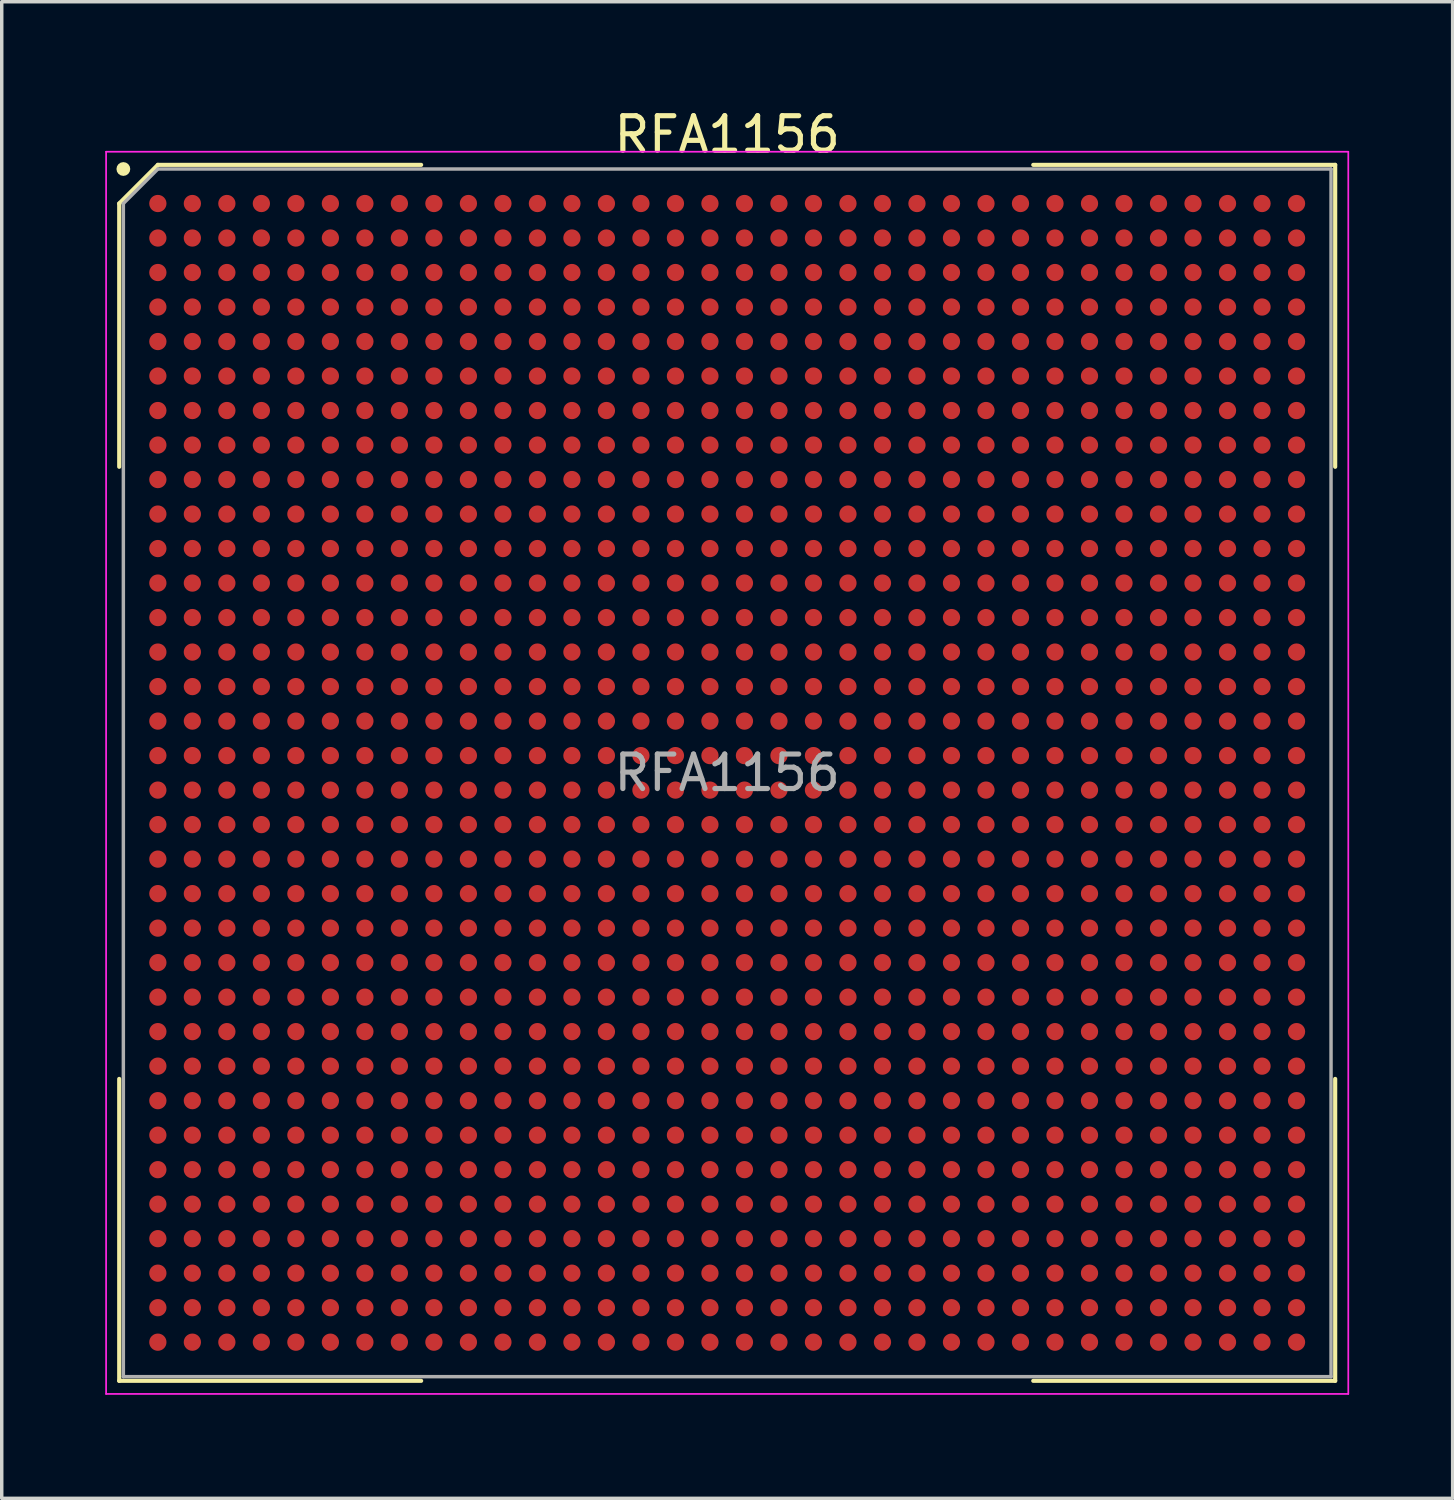
<source format=kicad_pcb>
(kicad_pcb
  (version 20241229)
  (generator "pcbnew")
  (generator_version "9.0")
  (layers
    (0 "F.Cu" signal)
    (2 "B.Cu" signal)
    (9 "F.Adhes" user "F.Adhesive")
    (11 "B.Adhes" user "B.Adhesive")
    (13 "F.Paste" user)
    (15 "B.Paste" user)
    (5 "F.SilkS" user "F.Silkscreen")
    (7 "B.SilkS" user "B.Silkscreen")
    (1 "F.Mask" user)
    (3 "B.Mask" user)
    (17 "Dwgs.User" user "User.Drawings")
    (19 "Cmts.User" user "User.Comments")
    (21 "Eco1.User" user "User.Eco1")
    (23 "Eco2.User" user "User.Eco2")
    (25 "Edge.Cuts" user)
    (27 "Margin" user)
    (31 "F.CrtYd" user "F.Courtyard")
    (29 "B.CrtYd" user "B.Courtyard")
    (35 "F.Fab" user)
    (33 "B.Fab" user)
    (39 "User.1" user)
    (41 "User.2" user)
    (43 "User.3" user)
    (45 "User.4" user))
  (footprint "RFA1156"
    (layer "F.Cu")
    (at 18.025 19.348)
    (property "Reference" "RFA1156" (at 0 -18.5 0) (layer "F.SilkS") (effects (font (size 1 1) (thickness 0.15))))
    (attr smd)
    (fp_line (start -17.62 -16.5) (end -17.62 -8.87) (stroke (width 0.12) (type default)) (layer "F.SilkS"))
    (fp_line (start -17.62 17.62) (end -17.62 8.87) (stroke (width 0.12) (type default)) (layer "F.SilkS"))
    (fp_line (start -16.5 -17.62) (end -17.62 -16.5) (stroke (width 0.12) (type default)) (layer "F.SilkS"))
    (fp_line (start -8.87 -17.62) (end -16.5 -17.62) (stroke (width 0.12) (type default)) (layer "F.SilkS"))
    (fp_line (start -8.87 17.62) (end -17.62 17.62) (stroke (width 0.12) (type default)) (layer "F.SilkS"))
    (fp_line (start 8.87 -17.62) (end 17.62 -17.62) (stroke (width 0.12) (type default)) (layer "F.SilkS"))
    (fp_line (start 8.87 17.62) (end 17.62 17.62) (stroke (width 0.12) (type default)) (layer "F.SilkS"))
    (fp_line (start 17.62 -17.62) (end 17.62 -8.87) (stroke (width 0.12) (type default)) (layer "F.SilkS"))
    (fp_line (start 17.62 17.62) (end 17.62 8.87) (stroke (width 0.12) (type default)) (layer "F.SilkS"))
    (fp_circle (center -17.5 -17.5) (end -17.5 -17.4) (stroke (width 0.2) (type default)) (fill no) (layer "F.SilkS"))
    (fp_line (start -18 -18) (end 18 -18) (stroke (width 0.05) (type default)) (layer "F.CrtYd"))
    (fp_line (start -18 18) (end -18 -18) (stroke (width 0.05) (type default)) (layer "F.CrtYd"))
    (fp_line (start 18 -18) (end 18 18) (stroke (width 0.05) (type default)) (layer "F.CrtYd"))
    (fp_line (start 18 18) (end -18 18) (stroke (width 0.05) (type default)) (layer "F.CrtYd"))
    (fp_line (start -17.5 -16.5) (end -17.5 17.5) (stroke (width 0.1) (type default)) (layer "F.Fab"))
    (fp_line (start -17.5 17.5) (end 17.5 17.5) (stroke (width 0.1) (type default)) (layer "F.Fab"))
    (fp_line (start -16.5 -17.5) (end -17.5 -16.5) (stroke (width 0.1) (type default)) (layer "F.Fab"))
    (fp_line (start 17.5 -17.5) (end -16.5 -17.5) (stroke (width 0.1) (type default)) (layer "F.Fab"))
    (fp_line (start 17.5 17.5) (end 17.5 -17.5) (stroke (width 0.1) (type default)) (layer "F.Fab"))
    (fp_text user "${REFERENCE}" (at 0 0 0) (layer "F.Fab") (effects (font (size 1 1) (thickness 0.15))))
    (pad "A1" smd circle (at -16.5 -16.5) (size 0.5 0.5) (layers "F.Cu" "F.Mask" "F.Paste"))
    (pad "A2" smd circle (at -15.5 -16.5) (size 0.5 0.5) (layers "F.Cu" "F.Mask" "F.Paste"))
    (pad "A3" smd circle (at -14.5 -16.5) (size 0.5 0.5) (layers "F.Cu" "F.Mask" "F.Paste"))
    (pad "A4" smd circle (at -13.5 -16.5) (size 0.5 0.5) (layers "F.Cu" "F.Mask" "F.Paste"))
    (pad "A5" smd circle (at -12.5 -16.5) (size 0.5 0.5) (layers "F.Cu" "F.Mask" "F.Paste"))
    (pad "A6" smd circle (at -11.5 -16.5) (size 0.5 0.5) (layers "F.Cu" "F.Mask" "F.Paste"))
    (pad "A7" smd circle (at -10.5 -16.5) (size 0.5 0.5) (layers "F.Cu" "F.Mask" "F.Paste"))
    (pad "A8" smd circle (at -9.5 -16.5) (size 0.5 0.5) (layers "F.Cu" "F.Mask" "F.Paste"))
    (pad "A9" smd circle (at -8.5 -16.5) (size 0.5 0.5) (layers "F.Cu" "F.Mask" "F.Paste"))
    (pad "A10" smd circle (at -7.5 -16.5) (size 0.5 0.5) (layers "F.Cu" "F.Mask" "F.Paste"))
    (pad "A11" smd circle (at -6.5 -16.5) (size 0.5 0.5) (layers "F.Cu" "F.Mask" "F.Paste"))
    (pad "A12" smd circle (at -5.5 -16.5) (size 0.5 0.5) (layers "F.Cu" "F.Mask" "F.Paste"))
    (pad "A13" smd circle (at -4.5 -16.5) (size 0.5 0.5) (layers "F.Cu" "F.Mask" "F.Paste"))
    (pad "A14" smd circle (at -3.5 -16.5) (size 0.5 0.5) (layers "F.Cu" "F.Mask" "F.Paste"))
    (pad "A15" smd circle (at -2.5 -16.5) (size 0.5 0.5) (layers "F.Cu" "F.Mask" "F.Paste"))
    (pad "A16" smd circle (at -1.5 -16.5) (size 0.5 0.5) (layers "F.Cu" "F.Mask" "F.Paste"))
    (pad "A17" smd circle (at -0.5 -16.5) (size 0.5 0.5) (layers "F.Cu" "F.Mask" "F.Paste"))
    (pad "A18" smd circle (at 0.5 -16.5) (size 0.5 0.5) (layers "F.Cu" "F.Mask" "F.Paste"))
    (pad "A19" smd circle (at 1.5 -16.5) (size 0.5 0.5) (layers "F.Cu" "F.Mask" "F.Paste"))
    (pad "A20" smd circle (at 2.5 -16.5) (size 0.5 0.5) (layers "F.Cu" "F.Mask" "F.Paste"))
    (pad "A21" smd circle (at 3.5 -16.5) (size 0.5 0.5) (layers "F.Cu" "F.Mask" "F.Paste"))
    (pad "A22" smd circle (at 4.5 -16.5) (size 0.5 0.5) (layers "F.Cu" "F.Mask" "F.Paste"))
    (pad "A23" smd circle (at 5.5 -16.5) (size 0.5 0.5) (layers "F.Cu" "F.Mask" "F.Paste"))
    (pad "A24" smd circle (at 6.5 -16.5) (size 0.5 0.5) (layers "F.Cu" "F.Mask" "F.Paste"))
    (pad "A25" smd circle (at 7.5 -16.5) (size 0.5 0.5) (layers "F.Cu" "F.Mask" "F.Paste"))
    (pad "A26" smd circle (at 8.5 -16.5) (size 0.5 0.5) (layers "F.Cu" "F.Mask" "F.Paste"))
    (pad "A27" smd circle (at 9.5 -16.5) (size 0.5 0.5) (layers "F.Cu" "F.Mask" "F.Paste"))
    (pad "A28" smd circle (at 10.5 -16.5) (size 0.5 0.5) (layers "F.Cu" "F.Mask" "F.Paste"))
    (pad "A29" smd circle (at 11.5 -16.5) (size 0.5 0.5) (layers "F.Cu" "F.Mask" "F.Paste"))
    (pad "A30" smd circle (at 12.5 -16.5) (size 0.5 0.5) (layers "F.Cu" "F.Mask" "F.Paste"))
    (pad "A31" smd circle (at 13.5 -16.5) (size 0.5 0.5) (layers "F.Cu" "F.Mask" "F.Paste"))
    (pad "A32" smd circle (at 14.5 -16.5) (size 0.5 0.5) (layers "F.Cu" "F.Mask" "F.Paste"))
    (pad "A33" smd circle (at 15.5 -16.5) (size 0.5 0.5) (layers "F.Cu" "F.Mask" "F.Paste"))
    (pad "A34" smd circle (at 16.5 -16.5) (size 0.5 0.5) (layers "F.Cu" "F.Mask" "F.Paste"))
    (pad "AA1" smd circle (at -16.5 3.5) (size 0.5 0.5) (layers "F.Cu" "F.Mask" "F.Paste"))
    (pad "AA2" smd circle (at -15.5 3.5) (size 0.5 0.5) (layers "F.Cu" "F.Mask" "F.Paste"))
    (pad "AA3" smd circle (at -14.5 3.5) (size 0.5 0.5) (layers "F.Cu" "F.Mask" "F.Paste"))
    (pad "AA4" smd circle (at -13.5 3.5) (size 0.5 0.5) (layers "F.Cu" "F.Mask" "F.Paste"))
    (pad "AA5" smd circle (at -12.5 3.5) (size 0.5 0.5) (layers "F.Cu" "F.Mask" "F.Paste"))
    (pad "AA6" smd circle (at -11.5 3.5) (size 0.5 0.5) (layers "F.Cu" "F.Mask" "F.Paste"))
    (pad "AA7" smd circle (at -10.5 3.5) (size 0.5 0.5) (layers "F.Cu" "F.Mask" "F.Paste"))
    (pad "AA8" smd circle (at -9.5 3.5) (size 0.5 0.5) (layers "F.Cu" "F.Mask" "F.Paste"))
    (pad "AA9" smd circle (at -8.5 3.5) (size 0.5 0.5) (layers "F.Cu" "F.Mask" "F.Paste"))
    (pad "AA10" smd circle (at -7.5 3.5) (size 0.5 0.5) (layers "F.Cu" "F.Mask" "F.Paste"))
    (pad "AA11" smd circle (at -6.5 3.5) (size 0.5 0.5) (layers "F.Cu" "F.Mask" "F.Paste"))
    (pad "AA12" smd circle (at -5.5 3.5) (size 0.5 0.5) (layers "F.Cu" "F.Mask" "F.Paste"))
    (pad "AA13" smd circle (at -4.5 3.5) (size 0.5 0.5) (layers "F.Cu" "F.Mask" "F.Paste"))
    (pad "AA14" smd circle (at -3.5 3.5) (size 0.5 0.5) (layers "F.Cu" "F.Mask" "F.Paste"))
    (pad "AA15" smd circle (at -2.5 3.5) (size 0.5 0.5) (layers "F.Cu" "F.Mask" "F.Paste"))
    (pad "AA16" smd circle (at -1.5 3.5) (size 0.5 0.5) (layers "F.Cu" "F.Mask" "F.Paste"))
    (pad "AA17" smd circle (at -0.5 3.5) (size 0.5 0.5) (layers "F.Cu" "F.Mask" "F.Paste"))
    (pad "AA18" smd circle (at 0.5 3.5) (size 0.5 0.5) (layers "F.Cu" "F.Mask" "F.Paste"))
    (pad "AA19" smd circle (at 1.5 3.5) (size 0.5 0.5) (layers "F.Cu" "F.Mask" "F.Paste"))
    (pad "AA20" smd circle (at 2.5 3.5) (size 0.5 0.5) (layers "F.Cu" "F.Mask" "F.Paste"))
    (pad "AA21" smd circle (at 3.5 3.5) (size 0.5 0.5) (layers "F.Cu" "F.Mask" "F.Paste"))
    (pad "AA22" smd circle (at 4.5 3.5) (size 0.5 0.5) (layers "F.Cu" "F.Mask" "F.Paste"))
    (pad "AA23" smd circle (at 5.5 3.5) (size 0.5 0.5) (layers "F.Cu" "F.Mask" "F.Paste"))
    (pad "AA24" smd circle (at 6.5 3.5) (size 0.5 0.5) (layers "F.Cu" "F.Mask" "F.Paste"))
    (pad "AA25" smd circle (at 7.5 3.5) (size 0.5 0.5) (layers "F.Cu" "F.Mask" "F.Paste"))
    (pad "AA26" smd circle (at 8.5 3.5) (size 0.5 0.5) (layers "F.Cu" "F.Mask" "F.Paste"))
    (pad "AA27" smd circle (at 9.5 3.5) (size 0.5 0.5) (layers "F.Cu" "F.Mask" "F.Paste"))
    (pad "AA28" smd circle (at 10.5 3.5) (size 0.5 0.5) (layers "F.Cu" "F.Mask" "F.Paste"))
    (pad "AA29" smd circle (at 11.5 3.5) (size 0.5 0.5) (layers "F.Cu" "F.Mask" "F.Paste"))
    (pad "AA30" smd circle (at 12.5 3.5) (size 0.5 0.5) (layers "F.Cu" "F.Mask" "F.Paste"))
    (pad "AA31" smd circle (at 13.5 3.5) (size 0.5 0.5) (layers "F.Cu" "F.Mask" "F.Paste"))
    (pad "AA32" smd circle (at 14.5 3.5) (size 0.5 0.5) (layers "F.Cu" "F.Mask" "F.Paste"))
    (pad "AA33" smd circle (at 15.5 3.5) (size 0.5 0.5) (layers "F.Cu" "F.Mask" "F.Paste"))
    (pad "AA34" smd circle (at 16.5 3.5) (size 0.5 0.5) (layers "F.Cu" "F.Mask" "F.Paste"))
    (pad "AB1" smd circle (at -16.5 4.5) (size 0.5 0.5) (layers "F.Cu" "F.Mask" "F.Paste"))
    (pad "AB2" smd circle (at -15.5 4.5) (size 0.5 0.5) (layers "F.Cu" "F.Mask" "F.Paste"))
    (pad "AB3" smd circle (at -14.5 4.5) (size 0.5 0.5) (layers "F.Cu" "F.Mask" "F.Paste"))
    (pad "AB4" smd circle (at -13.5 4.5) (size 0.5 0.5) (layers "F.Cu" "F.Mask" "F.Paste"))
    (pad "AB5" smd circle (at -12.5 4.5) (size 0.5 0.5) (layers "F.Cu" "F.Mask" "F.Paste"))
    (pad "AB6" smd circle (at -11.5 4.5) (size 0.5 0.5) (layers "F.Cu" "F.Mask" "F.Paste"))
    (pad "AB7" smd circle (at -10.5 4.5) (size 0.5 0.5) (layers "F.Cu" "F.Mask" "F.Paste"))
    (pad "AB8" smd circle (at -9.5 4.5) (size 0.5 0.5) (layers "F.Cu" "F.Mask" "F.Paste"))
    (pad "AB9" smd circle (at -8.5 4.5) (size 0.5 0.5) (layers "F.Cu" "F.Mask" "F.Paste"))
    (pad "AB10" smd circle (at -7.5 4.5) (size 0.5 0.5) (layers "F.Cu" "F.Mask" "F.Paste"))
    (pad "AB11" smd circle (at -6.5 4.5) (size 0.5 0.5) (layers "F.Cu" "F.Mask" "F.Paste"))
    (pad "AB12" smd circle (at -5.5 4.5) (size 0.5 0.5) (layers "F.Cu" "F.Mask" "F.Paste"))
    (pad "AB13" smd circle (at -4.5 4.5) (size 0.5 0.5) (layers "F.Cu" "F.Mask" "F.Paste"))
    (pad "AB14" smd circle (at -3.5 4.5) (size 0.5 0.5) (layers "F.Cu" "F.Mask" "F.Paste"))
    (pad "AB15" smd circle (at -2.5 4.5) (size 0.5 0.5) (layers "F.Cu" "F.Mask" "F.Paste"))
    (pad "AB16" smd circle (at -1.5 4.5) (size 0.5 0.5) (layers "F.Cu" "F.Mask" "F.Paste"))
    (pad "AB17" smd circle (at -0.5 4.5) (size 0.5 0.5) (layers "F.Cu" "F.Mask" "F.Paste"))
    (pad "AB18" smd circle (at 0.5 4.5) (size 0.5 0.5) (layers "F.Cu" "F.Mask" "F.Paste"))
    (pad "AB19" smd circle (at 1.5 4.5) (size 0.5 0.5) (layers "F.Cu" "F.Mask" "F.Paste"))
    (pad "AB20" smd circle (at 2.5 4.5) (size 0.5 0.5) (layers "F.Cu" "F.Mask" "F.Paste"))
    (pad "AB21" smd circle (at 3.5 4.5) (size 0.5 0.5) (layers "F.Cu" "F.Mask" "F.Paste"))
    (pad "AB22" smd circle (at 4.5 4.5) (size 0.5 0.5) (layers "F.Cu" "F.Mask" "F.Paste"))
    (pad "AB23" smd circle (at 5.5 4.5) (size 0.5 0.5) (layers "F.Cu" "F.Mask" "F.Paste"))
    (pad "AB24" smd circle (at 6.5 4.5) (size 0.5 0.5) (layers "F.Cu" "F.Mask" "F.Paste"))
    (pad "AB25" smd circle (at 7.5 4.5) (size 0.5 0.5) (layers "F.Cu" "F.Mask" "F.Paste"))
    (pad "AB26" smd circle (at 8.5 4.5) (size 0.5 0.5) (layers "F.Cu" "F.Mask" "F.Paste"))
    (pad "AB27" smd circle (at 9.5 4.5) (size 0.5 0.5) (layers "F.Cu" "F.Mask" "F.Paste"))
    (pad "AB28" smd circle (at 10.5 4.5) (size 0.5 0.5) (layers "F.Cu" "F.Mask" "F.Paste"))
    (pad "AB29" smd circle (at 11.5 4.5) (size 0.5 0.5) (layers "F.Cu" "F.Mask" "F.Paste"))
    (pad "AB30" smd circle (at 12.5 4.5) (size 0.5 0.5) (layers "F.Cu" "F.Mask" "F.Paste"))
    (pad "AB31" smd circle (at 13.5 4.5) (size 0.5 0.5) (layers "F.Cu" "F.Mask" "F.Paste"))
    (pad "AB32" smd circle (at 14.5 4.5) (size 0.5 0.5) (layers "F.Cu" "F.Mask" "F.Paste"))
    (pad "AB33" smd circle (at 15.5 4.5) (size 0.5 0.5) (layers "F.Cu" "F.Mask" "F.Paste"))
    (pad "AB34" smd circle (at 16.5 4.5) (size 0.5 0.5) (layers "F.Cu" "F.Mask" "F.Paste"))
    (pad "AC1" smd circle (at -16.5 5.5) (size 0.5 0.5) (layers "F.Cu" "F.Mask" "F.Paste"))
    (pad "AC2" smd circle (at -15.5 5.5) (size 0.5 0.5) (layers "F.Cu" "F.Mask" "F.Paste"))
    (pad "AC3" smd circle (at -14.5 5.5) (size 0.5 0.5) (layers "F.Cu" "F.Mask" "F.Paste"))
    (pad "AC4" smd circle (at -13.5 5.5) (size 0.5 0.5) (layers "F.Cu" "F.Mask" "F.Paste"))
    (pad "AC5" smd circle (at -12.5 5.5) (size 0.5 0.5) (layers "F.Cu" "F.Mask" "F.Paste"))
    (pad "AC6" smd circle (at -11.5 5.5) (size 0.5 0.5) (layers "F.Cu" "F.Mask" "F.Paste"))
    (pad "AC7" smd circle (at -10.5 5.5) (size 0.5 0.5) (layers "F.Cu" "F.Mask" "F.Paste"))
    (pad "AC8" smd circle (at -9.5 5.5) (size 0.5 0.5) (layers "F.Cu" "F.Mask" "F.Paste"))
    (pad "AC9" smd circle (at -8.5 5.5) (size 0.5 0.5) (layers "F.Cu" "F.Mask" "F.Paste"))
    (pad "AC10" smd circle (at -7.5 5.5) (size 0.5 0.5) (layers "F.Cu" "F.Mask" "F.Paste"))
    (pad "AC11" smd circle (at -6.5 5.5) (size 0.5 0.5) (layers "F.Cu" "F.Mask" "F.Paste"))
    (pad "AC12" smd circle (at -5.5 5.5) (size 0.5 0.5) (layers "F.Cu" "F.Mask" "F.Paste"))
    (pad "AC13" smd circle (at -4.5 5.5) (size 0.5 0.5) (layers "F.Cu" "F.Mask" "F.Paste"))
    (pad "AC14" smd circle (at -3.5 5.5) (size 0.5 0.5) (layers "F.Cu" "F.Mask" "F.Paste"))
    (pad "AC15" smd circle (at -2.5 5.5) (size 0.5 0.5) (layers "F.Cu" "F.Mask" "F.Paste"))
    (pad "AC16" smd circle (at -1.5 5.5) (size 0.5 0.5) (layers "F.Cu" "F.Mask" "F.Paste"))
    (pad "AC17" smd circle (at -0.5 5.5) (size 0.5 0.5) (layers "F.Cu" "F.Mask" "F.Paste"))
    (pad "AC18" smd circle (at 0.5 5.5) (size 0.5 0.5) (layers "F.Cu" "F.Mask" "F.Paste"))
    (pad "AC19" smd circle (at 1.5 5.5) (size 0.5 0.5) (layers "F.Cu" "F.Mask" "F.Paste"))
    (pad "AC20" smd circle (at 2.5 5.5) (size 0.5 0.5) (layers "F.Cu" "F.Mask" "F.Paste"))
    (pad "AC21" smd circle (at 3.5 5.5) (size 0.5 0.5) (layers "F.Cu" "F.Mask" "F.Paste"))
    (pad "AC22" smd circle (at 4.5 5.5) (size 0.5 0.5) (layers "F.Cu" "F.Mask" "F.Paste"))
    (pad "AC23" smd circle (at 5.5 5.5) (size 0.5 0.5) (layers "F.Cu" "F.Mask" "F.Paste"))
    (pad "AC24" smd circle (at 6.5 5.5) (size 0.5 0.5) (layers "F.Cu" "F.Mask" "F.Paste"))
    (pad "AC25" smd circle (at 7.5 5.5) (size 0.5 0.5) (layers "F.Cu" "F.Mask" "F.Paste"))
    (pad "AC26" smd circle (at 8.5 5.5) (size 0.5 0.5) (layers "F.Cu" "F.Mask" "F.Paste"))
    (pad "AC27" smd circle (at 9.5 5.5) (size 0.5 0.5) (layers "F.Cu" "F.Mask" "F.Paste"))
    (pad "AC28" smd circle (at 10.5 5.5) (size 0.5 0.5) (layers "F.Cu" "F.Mask" "F.Paste"))
    (pad "AC29" smd circle (at 11.5 5.5) (size 0.5 0.5) (layers "F.Cu" "F.Mask" "F.Paste"))
    (pad "AC30" smd circle (at 12.5 5.5) (size 0.5 0.5) (layers "F.Cu" "F.Mask" "F.Paste"))
    (pad "AC31" smd circle (at 13.5 5.5) (size 0.5 0.5) (layers "F.Cu" "F.Mask" "F.Paste"))
    (pad "AC32" smd circle (at 14.5 5.5) (size 0.5 0.5) (layers "F.Cu" "F.Mask" "F.Paste"))
    (pad "AC33" smd circle (at 15.5 5.5) (size 0.5 0.5) (layers "F.Cu" "F.Mask" "F.Paste"))
    (pad "AC34" smd circle (at 16.5 5.5) (size 0.5 0.5) (layers "F.Cu" "F.Mask" "F.Paste"))
    (pad "AD1" smd circle (at -16.5 6.5) (size 0.5 0.5) (layers "F.Cu" "F.Mask" "F.Paste"))
    (pad "AD2" smd circle (at -15.5 6.5) (size 0.5 0.5) (layers "F.Cu" "F.Mask" "F.Paste"))
    (pad "AD3" smd circle (at -14.5 6.5) (size 0.5 0.5) (layers "F.Cu" "F.Mask" "F.Paste"))
    (pad "AD4" smd circle (at -13.5 6.5) (size 0.5 0.5) (layers "F.Cu" "F.Mask" "F.Paste"))
    (pad "AD5" smd circle (at -12.5 6.5) (size 0.5 0.5) (layers "F.Cu" "F.Mask" "F.Paste"))
    (pad "AD6" smd circle (at -11.5 6.5) (size 0.5 0.5) (layers "F.Cu" "F.Mask" "F.Paste"))
    (pad "AD7" smd circle (at -10.5 6.5) (size 0.5 0.5) (layers "F.Cu" "F.Mask" "F.Paste"))
    (pad "AD8" smd circle (at -9.5 6.5) (size 0.5 0.5) (layers "F.Cu" "F.Mask" "F.Paste"))
    (pad "AD9" smd circle (at -8.5 6.5) (size 0.5 0.5) (layers "F.Cu" "F.Mask" "F.Paste"))
    (pad "AD10" smd circle (at -7.5 6.5) (size 0.5 0.5) (layers "F.Cu" "F.Mask" "F.Paste"))
    (pad "AD11" smd circle (at -6.5 6.5) (size 0.5 0.5) (layers "F.Cu" "F.Mask" "F.Paste"))
    (pad "AD12" smd circle (at -5.5 6.5) (size 0.5 0.5) (layers "F.Cu" "F.Mask" "F.Paste"))
    (pad "AD13" smd circle (at -4.5 6.5) (size 0.5 0.5) (layers "F.Cu" "F.Mask" "F.Paste"))
    (pad "AD14" smd circle (at -3.5 6.5) (size 0.5 0.5) (layers "F.Cu" "F.Mask" "F.Paste"))
    (pad "AD15" smd circle (at -2.5 6.5) (size 0.5 0.5) (layers "F.Cu" "F.Mask" "F.Paste"))
    (pad "AD16" smd circle (at -1.5 6.5) (size 0.5 0.5) (layers "F.Cu" "F.Mask" "F.Paste"))
    (pad "AD17" smd circle (at -0.5 6.5) (size 0.5 0.5) (layers "F.Cu" "F.Mask" "F.Paste"))
    (pad "AD18" smd circle (at 0.5 6.5) (size 0.5 0.5) (layers "F.Cu" "F.Mask" "F.Paste"))
    (pad "AD19" smd circle (at 1.5 6.5) (size 0.5 0.5) (layers "F.Cu" "F.Mask" "F.Paste"))
    (pad "AD20" smd circle (at 2.5 6.5) (size 0.5 0.5) (layers "F.Cu" "F.Mask" "F.Paste"))
    (pad "AD21" smd circle (at 3.5 6.5) (size 0.5 0.5) (layers "F.Cu" "F.Mask" "F.Paste"))
    (pad "AD22" smd circle (at 4.5 6.5) (size 0.5 0.5) (layers "F.Cu" "F.Mask" "F.Paste"))
    (pad "AD23" smd circle (at 5.5 6.5) (size 0.5 0.5) (layers "F.Cu" "F.Mask" "F.Paste"))
    (pad "AD24" smd circle (at 6.5 6.5) (size 0.5 0.5) (layers "F.Cu" "F.Mask" "F.Paste"))
    (pad "AD25" smd circle (at 7.5 6.5) (size 0.5 0.5) (layers "F.Cu" "F.Mask" "F.Paste"))
    (pad "AD26" smd circle (at 8.5 6.5) (size 0.5 0.5) (layers "F.Cu" "F.Mask" "F.Paste"))
    (pad "AD27" smd circle (at 9.5 6.5) (size 0.5 0.5) (layers "F.Cu" "F.Mask" "F.Paste"))
    (pad "AD28" smd circle (at 10.5 6.5) (size 0.5 0.5) (layers "F.Cu" "F.Mask" "F.Paste"))
    (pad "AD29" smd circle (at 11.5 6.5) (size 0.5 0.5) (layers "F.Cu" "F.Mask" "F.Paste"))
    (pad "AD30" smd circle (at 12.5 6.5) (size 0.5 0.5) (layers "F.Cu" "F.Mask" "F.Paste"))
    (pad "AD31" smd circle (at 13.5 6.5) (size 0.5 0.5) (layers "F.Cu" "F.Mask" "F.Paste"))
    (pad "AD32" smd circle (at 14.5 6.5) (size 0.5 0.5) (layers "F.Cu" "F.Mask" "F.Paste"))
    (pad "AD33" smd circle (at 15.5 6.5) (size 0.5 0.5) (layers "F.Cu" "F.Mask" "F.Paste"))
    (pad "AD34" smd circle (at 16.5 6.5) (size 0.5 0.5) (layers "F.Cu" "F.Mask" "F.Paste"))
    (pad "AE1" smd circle (at -16.5 7.5) (size 0.5 0.5) (layers "F.Cu" "F.Mask" "F.Paste"))
    (pad "AE2" smd circle (at -15.5 7.5) (size 0.5 0.5) (layers "F.Cu" "F.Mask" "F.Paste"))
    (pad "AE3" smd circle (at -14.5 7.5) (size 0.5 0.5) (layers "F.Cu" "F.Mask" "F.Paste"))
    (pad "AE4" smd circle (at -13.5 7.5) (size 0.5 0.5) (layers "F.Cu" "F.Mask" "F.Paste"))
    (pad "AE5" smd circle (at -12.5 7.5) (size 0.5 0.5) (layers "F.Cu" "F.Mask" "F.Paste"))
    (pad "AE6" smd circle (at -11.5 7.5) (size 0.5 0.5) (layers "F.Cu" "F.Mask" "F.Paste"))
    (pad "AE7" smd circle (at -10.5 7.5) (size 0.5 0.5) (layers "F.Cu" "F.Mask" "F.Paste"))
    (pad "AE8" smd circle (at -9.5 7.5) (size 0.5 0.5) (layers "F.Cu" "F.Mask" "F.Paste"))
    (pad "AE9" smd circle (at -8.5 7.5) (size 0.5 0.5) (layers "F.Cu" "F.Mask" "F.Paste"))
    (pad "AE10" smd circle (at -7.5 7.5) (size 0.5 0.5) (layers "F.Cu" "F.Mask" "F.Paste"))
    (pad "AE11" smd circle (at -6.5 7.5) (size 0.5 0.5) (layers "F.Cu" "F.Mask" "F.Paste"))
    (pad "AE12" smd circle (at -5.5 7.5) (size 0.5 0.5) (layers "F.Cu" "F.Mask" "F.Paste"))
    (pad "AE13" smd circle (at -4.5 7.5) (size 0.5 0.5) (layers "F.Cu" "F.Mask" "F.Paste"))
    (pad "AE14" smd circle (at -3.5 7.5) (size 0.5 0.5) (layers "F.Cu" "F.Mask" "F.Paste"))
    (pad "AE15" smd circle (at -2.5 7.5) (size 0.5 0.5) (layers "F.Cu" "F.Mask" "F.Paste"))
    (pad "AE16" smd circle (at -1.5 7.5) (size 0.5 0.5) (layers "F.Cu" "F.Mask" "F.Paste"))
    (pad "AE17" smd circle (at -0.5 7.5) (size 0.5 0.5) (layers "F.Cu" "F.Mask" "F.Paste"))
    (pad "AE18" smd circle (at 0.5 7.5) (size 0.5 0.5) (layers "F.Cu" "F.Mask" "F.Paste"))
    (pad "AE19" smd circle (at 1.5 7.5) (size 0.5 0.5) (layers "F.Cu" "F.Mask" "F.Paste"))
    (pad "AE20" smd circle (at 2.5 7.5) (size 0.5 0.5) (layers "F.Cu" "F.Mask" "F.Paste"))
    (pad "AE21" smd circle (at 3.5 7.5) (size 0.5 0.5) (layers "F.Cu" "F.Mask" "F.Paste"))
    (pad "AE22" smd circle (at 4.5 7.5) (size 0.5 0.5) (layers "F.Cu" "F.Mask" "F.Paste"))
    (pad "AE23" smd circle (at 5.5 7.5) (size 0.5 0.5) (layers "F.Cu" "F.Mask" "F.Paste"))
    (pad "AE24" smd circle (at 6.5 7.5) (size 0.5 0.5) (layers "F.Cu" "F.Mask" "F.Paste"))
    (pad "AE25" smd circle (at 7.5 7.5) (size 0.5 0.5) (layers "F.Cu" "F.Mask" "F.Paste"))
    (pad "AE26" smd circle (at 8.5 7.5) (size 0.5 0.5) (layers "F.Cu" "F.Mask" "F.Paste"))
    (pad "AE27" smd circle (at 9.5 7.5) (size 0.5 0.5) (layers "F.Cu" "F.Mask" "F.Paste"))
    (pad "AE28" smd circle (at 10.5 7.5) (size 0.5 0.5) (layers "F.Cu" "F.Mask" "F.Paste"))
    (pad "AE29" smd circle (at 11.5 7.5) (size 0.5 0.5) (layers "F.Cu" "F.Mask" "F.Paste"))
    (pad "AE30" smd circle (at 12.5 7.5) (size 0.5 0.5) (layers "F.Cu" "F.Mask" "F.Paste"))
    (pad "AE31" smd circle (at 13.5 7.5) (size 0.5 0.5) (layers "F.Cu" "F.Mask" "F.Paste"))
    (pad "AE32" smd circle (at 14.5 7.5) (size 0.5 0.5) (layers "F.Cu" "F.Mask" "F.Paste"))
    (pad "AE33" smd circle (at 15.5 7.5) (size 0.5 0.5) (layers "F.Cu" "F.Mask" "F.Paste"))
    (pad "AE34" smd circle (at 16.5 7.5) (size 0.5 0.5) (layers "F.Cu" "F.Mask" "F.Paste"))
    (pad "AF1" smd circle (at -16.5 8.5) (size 0.5 0.5) (layers "F.Cu" "F.Mask" "F.Paste"))
    (pad "AF2" smd circle (at -15.5 8.5) (size 0.5 0.5) (layers "F.Cu" "F.Mask" "F.Paste"))
    (pad "AF3" smd circle (at -14.5 8.5) (size 0.5 0.5) (layers "F.Cu" "F.Mask" "F.Paste"))
    (pad "AF4" smd circle (at -13.5 8.5) (size 0.5 0.5) (layers "F.Cu" "F.Mask" "F.Paste"))
    (pad "AF5" smd circle (at -12.5 8.5) (size 0.5 0.5) (layers "F.Cu" "F.Mask" "F.Paste"))
    (pad "AF6" smd circle (at -11.5 8.5) (size 0.5 0.5) (layers "F.Cu" "F.Mask" "F.Paste"))
    (pad "AF7" smd circle (at -10.5 8.5) (size 0.5 0.5) (layers "F.Cu" "F.Mask" "F.Paste"))
    (pad "AF8" smd circle (at -9.5 8.5) (size 0.5 0.5) (layers "F.Cu" "F.Mask" "F.Paste"))
    (pad "AF9" smd circle (at -8.5 8.5) (size 0.5 0.5) (layers "F.Cu" "F.Mask" "F.Paste"))
    (pad "AF10" smd circle (at -7.5 8.5) (size 0.5 0.5) (layers "F.Cu" "F.Mask" "F.Paste"))
    (pad "AF11" smd circle (at -6.5 8.5) (size 0.5 0.5) (layers "F.Cu" "F.Mask" "F.Paste"))
    (pad "AF12" smd circle (at -5.5 8.5) (size 0.5 0.5) (layers "F.Cu" "F.Mask" "F.Paste"))
    (pad "AF13" smd circle (at -4.5 8.5) (size 0.5 0.5) (layers "F.Cu" "F.Mask" "F.Paste"))
    (pad "AF14" smd circle (at -3.5 8.5) (size 0.5 0.5) (layers "F.Cu" "F.Mask" "F.Paste"))
    (pad "AF15" smd circle (at -2.5 8.5) (size 0.5 0.5) (layers "F.Cu" "F.Mask" "F.Paste"))
    (pad "AF16" smd circle (at -1.5 8.5) (size 0.5 0.5) (layers "F.Cu" "F.Mask" "F.Paste"))
    (pad "AF17" smd circle (at -0.5 8.5) (size 0.5 0.5) (layers "F.Cu" "F.Mask" "F.Paste"))
    (pad "AF18" smd circle (at 0.5 8.5) (size 0.5 0.5) (layers "F.Cu" "F.Mask" "F.Paste"))
    (pad "AF19" smd circle (at 1.5 8.5) (size 0.5 0.5) (layers "F.Cu" "F.Mask" "F.Paste"))
    (pad "AF20" smd circle (at 2.5 8.5) (size 0.5 0.5) (layers "F.Cu" "F.Mask" "F.Paste"))
    (pad "AF21" smd circle (at 3.5 8.5) (size 0.5 0.5) (layers "F.Cu" "F.Mask" "F.Paste"))
    (pad "AF22" smd circle (at 4.5 8.5) (size 0.5 0.5) (layers "F.Cu" "F.Mask" "F.Paste"))
    (pad "AF23" smd circle (at 5.5 8.5) (size 0.5 0.5) (layers "F.Cu" "F.Mask" "F.Paste"))
    (pad "AF24" smd circle (at 6.5 8.5) (size 0.5 0.5) (layers "F.Cu" "F.Mask" "F.Paste"))
    (pad "AF25" smd circle (at 7.5 8.5) (size 0.5 0.5) (layers "F.Cu" "F.Mask" "F.Paste"))
    (pad "AF26" smd circle (at 8.5 8.5) (size 0.5 0.5) (layers "F.Cu" "F.Mask" "F.Paste"))
    (pad "AF27" smd circle (at 9.5 8.5) (size 0.5 0.5) (layers "F.Cu" "F.Mask" "F.Paste"))
    (pad "AF28" smd circle (at 10.5 8.5) (size 0.5 0.5) (layers "F.Cu" "F.Mask" "F.Paste"))
    (pad "AF29" smd circle (at 11.5 8.5) (size 0.5 0.5) (layers "F.Cu" "F.Mask" "F.Paste"))
    (pad "AF30" smd circle (at 12.5 8.5) (size 0.5 0.5) (layers "F.Cu" "F.Mask" "F.Paste"))
    (pad "AF31" smd circle (at 13.5 8.5) (size 0.5 0.5) (layers "F.Cu" "F.Mask" "F.Paste"))
    (pad "AF32" smd circle (at 14.5 8.5) (size 0.5 0.5) (layers "F.Cu" "F.Mask" "F.Paste"))
    (pad "AF33" smd circle (at 15.5 8.5) (size 0.5 0.5) (layers "F.Cu" "F.Mask" "F.Paste"))
    (pad "AF34" smd circle (at 16.5 8.5) (size 0.5 0.5) (layers "F.Cu" "F.Mask" "F.Paste"))
    (pad "AG1" smd circle (at -16.5 9.5) (size 0.5 0.5) (layers "F.Cu" "F.Mask" "F.Paste"))
    (pad "AG2" smd circle (at -15.5 9.5) (size 0.5 0.5) (layers "F.Cu" "F.Mask" "F.Paste"))
    (pad "AG3" smd circle (at -14.5 9.5) (size 0.5 0.5) (layers "F.Cu" "F.Mask" "F.Paste"))
    (pad "AG4" smd circle (at -13.5 9.5) (size 0.5 0.5) (layers "F.Cu" "F.Mask" "F.Paste"))
    (pad "AG5" smd circle (at -12.5 9.5) (size 0.5 0.5) (layers "F.Cu" "F.Mask" "F.Paste"))
    (pad "AG6" smd circle (at -11.5 9.5) (size 0.5 0.5) (layers "F.Cu" "F.Mask" "F.Paste"))
    (pad "AG7" smd circle (at -10.5 9.5) (size 0.5 0.5) (layers "F.Cu" "F.Mask" "F.Paste"))
    (pad "AG8" smd circle (at -9.5 9.5) (size 0.5 0.5) (layers "F.Cu" "F.Mask" "F.Paste"))
    (pad "AG9" smd circle (at -8.5 9.5) (size 0.5 0.5) (layers "F.Cu" "F.Mask" "F.Paste"))
    (pad "AG10" smd circle (at -7.5 9.5) (size 0.5 0.5) (layers "F.Cu" "F.Mask" "F.Paste"))
    (pad "AG11" smd circle (at -6.5 9.5) (size 0.5 0.5) (layers "F.Cu" "F.Mask" "F.Paste"))
    (pad "AG12" smd circle (at -5.5 9.5) (size 0.5 0.5) (layers "F.Cu" "F.Mask" "F.Paste"))
    (pad "AG13" smd circle (at -4.5 9.5) (size 0.5 0.5) (layers "F.Cu" "F.Mask" "F.Paste"))
    (pad "AG14" smd circle (at -3.5 9.5) (size 0.5 0.5) (layers "F.Cu" "F.Mask" "F.Paste"))
    (pad "AG15" smd circle (at -2.5 9.5) (size 0.5 0.5) (layers "F.Cu" "F.Mask" "F.Paste"))
    (pad "AG16" smd circle (at -1.5 9.5) (size 0.5 0.5) (layers "F.Cu" "F.Mask" "F.Paste"))
    (pad "AG17" smd circle (at -0.5 9.5) (size 0.5 0.5) (layers "F.Cu" "F.Mask" "F.Paste"))
    (pad "AG18" smd circle (at 0.5 9.5) (size 0.5 0.5) (layers "F.Cu" "F.Mask" "F.Paste"))
    (pad "AG19" smd circle (at 1.5 9.5) (size 0.5 0.5) (layers "F.Cu" "F.Mask" "F.Paste"))
    (pad "AG20" smd circle (at 2.5 9.5) (size 0.5 0.5) (layers "F.Cu" "F.Mask" "F.Paste"))
    (pad "AG21" smd circle (at 3.5 9.5) (size 0.5 0.5) (layers "F.Cu" "F.Mask" "F.Paste"))
    (pad "AG22" smd circle (at 4.5 9.5) (size 0.5 0.5) (layers "F.Cu" "F.Mask" "F.Paste"))
    (pad "AG23" smd circle (at 5.5 9.5) (size 0.5 0.5) (layers "F.Cu" "F.Mask" "F.Paste"))
    (pad "AG24" smd circle (at 6.5 9.5) (size 0.5 0.5) (layers "F.Cu" "F.Mask" "F.Paste"))
    (pad "AG25" smd circle (at 7.5 9.5) (size 0.5 0.5) (layers "F.Cu" "F.Mask" "F.Paste"))
    (pad "AG26" smd circle (at 8.5 9.5) (size 0.5 0.5) (layers "F.Cu" "F.Mask" "F.Paste"))
    (pad "AG27" smd circle (at 9.5 9.5) (size 0.5 0.5) (layers "F.Cu" "F.Mask" "F.Paste"))
    (pad "AG28" smd circle (at 10.5 9.5) (size 0.5 0.5) (layers "F.Cu" "F.Mask" "F.Paste"))
    (pad "AG29" smd circle (at 11.5 9.5) (size 0.5 0.5) (layers "F.Cu" "F.Mask" "F.Paste"))
    (pad "AG30" smd circle (at 12.5 9.5) (size 0.5 0.5) (layers "F.Cu" "F.Mask" "F.Paste"))
    (pad "AG31" smd circle (at 13.5 9.5) (size 0.5 0.5) (layers "F.Cu" "F.Mask" "F.Paste"))
    (pad "AG32" smd circle (at 14.5 9.5) (size 0.5 0.5) (layers "F.Cu" "F.Mask" "F.Paste"))
    (pad "AG33" smd circle (at 15.5 9.5) (size 0.5 0.5) (layers "F.Cu" "F.Mask" "F.Paste"))
    (pad "AG34" smd circle (at 16.5 9.5) (size 0.5 0.5) (layers "F.Cu" "F.Mask" "F.Paste"))
    (pad "AH1" smd circle (at -16.5 10.5) (size 0.5 0.5) (layers "F.Cu" "F.Mask" "F.Paste"))
    (pad "AH2" smd circle (at -15.5 10.5) (size 0.5 0.5) (layers "F.Cu" "F.Mask" "F.Paste"))
    (pad "AH3" smd circle (at -14.5 10.5) (size 0.5 0.5) (layers "F.Cu" "F.Mask" "F.Paste"))
    (pad "AH4" smd circle (at -13.5 10.5) (size 0.5 0.5) (layers "F.Cu" "F.Mask" "F.Paste"))
    (pad "AH5" smd circle (at -12.5 10.5) (size 0.5 0.5) (layers "F.Cu" "F.Mask" "F.Paste"))
    (pad "AH6" smd circle (at -11.5 10.5) (size 0.5 0.5) (layers "F.Cu" "F.Mask" "F.Paste"))
    (pad "AH7" smd circle (at -10.5 10.5) (size 0.5 0.5) (layers "F.Cu" "F.Mask" "F.Paste"))
    (pad "AH8" smd circle (at -9.5 10.5) (size 0.5 0.5) (layers "F.Cu" "F.Mask" "F.Paste"))
    (pad "AH9" smd circle (at -8.5 10.5) (size 0.5 0.5) (layers "F.Cu" "F.Mask" "F.Paste"))
    (pad "AH10" smd circle (at -7.5 10.5) (size 0.5 0.5) (layers "F.Cu" "F.Mask" "F.Paste"))
    (pad "AH11" smd circle (at -6.5 10.5) (size 0.5 0.5) (layers "F.Cu" "F.Mask" "F.Paste"))
    (pad "AH12" smd circle (at -5.5 10.5) (size 0.5 0.5) (layers "F.Cu" "F.Mask" "F.Paste"))
    (pad "AH13" smd circle (at -4.5 10.5) (size 0.5 0.5) (layers "F.Cu" "F.Mask" "F.Paste"))
    (pad "AH14" smd circle (at -3.5 10.5) (size 0.5 0.5) (layers "F.Cu" "F.Mask" "F.Paste"))
    (pad "AH15" smd circle (at -2.5 10.5) (size 0.5 0.5) (layers "F.Cu" "F.Mask" "F.Paste"))
    (pad "AH16" smd circle (at -1.5 10.5) (size 0.5 0.5) (layers "F.Cu" "F.Mask" "F.Paste"))
    (pad "AH17" smd circle (at -0.5 10.5) (size 0.5 0.5) (layers "F.Cu" "F.Mask" "F.Paste"))
    (pad "AH18" smd circle (at 0.5 10.5) (size 0.5 0.5) (layers "F.Cu" "F.Mask" "F.Paste"))
    (pad "AH19" smd circle (at 1.5 10.5) (size 0.5 0.5) (layers "F.Cu" "F.Mask" "F.Paste"))
    (pad "AH20" smd circle (at 2.5 10.5) (size 0.5 0.5) (layers "F.Cu" "F.Mask" "F.Paste"))
    (pad "AH21" smd circle (at 3.5 10.5) (size 0.5 0.5) (layers "F.Cu" "F.Mask" "F.Paste"))
    (pad "AH22" smd circle (at 4.5 10.5) (size 0.5 0.5) (layers "F.Cu" "F.Mask" "F.Paste"))
    (pad "AH23" smd circle (at 5.5 10.5) (size 0.5 0.5) (layers "F.Cu" "F.Mask" "F.Paste"))
    (pad "AH24" smd circle (at 6.5 10.5) (size 0.5 0.5) (layers "F.Cu" "F.Mask" "F.Paste"))
    (pad "AH25" smd circle (at 7.5 10.5) (size 0.5 0.5) (layers "F.Cu" "F.Mask" "F.Paste"))
    (pad "AH26" smd circle (at 8.5 10.5) (size 0.5 0.5) (layers "F.Cu" "F.Mask" "F.Paste"))
    (pad "AH27" smd circle (at 9.5 10.5) (size 0.5 0.5) (layers "F.Cu" "F.Mask" "F.Paste"))
    (pad "AH28" smd circle (at 10.5 10.5) (size 0.5 0.5) (layers "F.Cu" "F.Mask" "F.Paste"))
    (pad "AH29" smd circle (at 11.5 10.5) (size 0.5 0.5) (layers "F.Cu" "F.Mask" "F.Paste"))
    (pad "AH30" smd circle (at 12.5 10.5) (size 0.5 0.5) (layers "F.Cu" "F.Mask" "F.Paste"))
    (pad "AH31" smd circle (at 13.5 10.5) (size 0.5 0.5) (layers "F.Cu" "F.Mask" "F.Paste"))
    (pad "AH32" smd circle (at 14.5 10.5) (size 0.5 0.5) (layers "F.Cu" "F.Mask" "F.Paste"))
    (pad "AH33" smd circle (at 15.5 10.5) (size 0.5 0.5) (layers "F.Cu" "F.Mask" "F.Paste"))
    (pad "AH34" smd circle (at 16.5 10.5) (size 0.5 0.5) (layers "F.Cu" "F.Mask" "F.Paste"))
    (pad "AJ1" smd circle (at -16.5 11.5) (size 0.5 0.5) (layers "F.Cu" "F.Mask" "F.Paste"))
    (pad "AJ2" smd circle (at -15.5 11.5) (size 0.5 0.5) (layers "F.Cu" "F.Mask" "F.Paste"))
    (pad "AJ3" smd circle (at -14.5 11.5) (size 0.5 0.5) (layers "F.Cu" "F.Mask" "F.Paste"))
    (pad "AJ4" smd circle (at -13.5 11.5) (size 0.5 0.5) (layers "F.Cu" "F.Mask" "F.Paste"))
    (pad "AJ5" smd circle (at -12.5 11.5) (size 0.5 0.5) (layers "F.Cu" "F.Mask" "F.Paste"))
    (pad "AJ6" smd circle (at -11.5 11.5) (size 0.5 0.5) (layers "F.Cu" "F.Mask" "F.Paste"))
    (pad "AJ7" smd circle (at -10.5 11.5) (size 0.5 0.5) (layers "F.Cu" "F.Mask" "F.Paste"))
    (pad "AJ8" smd circle (at -9.5 11.5) (size 0.5 0.5) (layers "F.Cu" "F.Mask" "F.Paste"))
    (pad "AJ9" smd circle (at -8.5 11.5) (size 0.5 0.5) (layers "F.Cu" "F.Mask" "F.Paste"))
    (pad "AJ10" smd circle (at -7.5 11.5) (size 0.5 0.5) (layers "F.Cu" "F.Mask" "F.Paste"))
    (pad "AJ11" smd circle (at -6.5 11.5) (size 0.5 0.5) (layers "F.Cu" "F.Mask" "F.Paste"))
    (pad "AJ12" smd circle (at -5.5 11.5) (size 0.5 0.5) (layers "F.Cu" "F.Mask" "F.Paste"))
    (pad "AJ13" smd circle (at -4.5 11.5) (size 0.5 0.5) (layers "F.Cu" "F.Mask" "F.Paste"))
    (pad "AJ14" smd circle (at -3.5 11.5) (size 0.5 0.5) (layers "F.Cu" "F.Mask" "F.Paste"))
    (pad "AJ15" smd circle (at -2.5 11.5) (size 0.5 0.5) (layers "F.Cu" "F.Mask" "F.Paste"))
    (pad "AJ16" smd circle (at -1.5 11.5) (size 0.5 0.5) (layers "F.Cu" "F.Mask" "F.Paste"))
    (pad "AJ17" smd circle (at -0.5 11.5) (size 0.5 0.5) (layers "F.Cu" "F.Mask" "F.Paste"))
    (pad "AJ18" smd circle (at 0.5 11.5) (size 0.5 0.5) (layers "F.Cu" "F.Mask" "F.Paste"))
    (pad "AJ19" smd circle (at 1.5 11.5) (size 0.5 0.5) (layers "F.Cu" "F.Mask" "F.Paste"))
    (pad "AJ20" smd circle (at 2.5 11.5) (size 0.5 0.5) (layers "F.Cu" "F.Mask" "F.Paste"))
    (pad "AJ21" smd circle (at 3.5 11.5) (size 0.5 0.5) (layers "F.Cu" "F.Mask" "F.Paste"))
    (pad "AJ22" smd circle (at 4.5 11.5) (size 0.5 0.5) (layers "F.Cu" "F.Mask" "F.Paste"))
    (pad "AJ23" smd circle (at 5.5 11.5) (size 0.5 0.5) (layers "F.Cu" "F.Mask" "F.Paste"))
    (pad "AJ24" smd circle (at 6.5 11.5) (size 0.5 0.5) (layers "F.Cu" "F.Mask" "F.Paste"))
    (pad "AJ25" smd circle (at 7.5 11.5) (size 0.5 0.5) (layers "F.Cu" "F.Mask" "F.Paste"))
    (pad "AJ26" smd circle (at 8.5 11.5) (size 0.5 0.5) (layers "F.Cu" "F.Mask" "F.Paste"))
    (pad "AJ27" smd circle (at 9.5 11.5) (size 0.5 0.5) (layers "F.Cu" "F.Mask" "F.Paste"))
    (pad "AJ28" smd circle (at 10.5 11.5) (size 0.5 0.5) (layers "F.Cu" "F.Mask" "F.Paste"))
    (pad "AJ29" smd circle (at 11.5 11.5) (size 0.5 0.5) (layers "F.Cu" "F.Mask" "F.Paste"))
    (pad "AJ30" smd circle (at 12.5 11.5) (size 0.5 0.5) (layers "F.Cu" "F.Mask" "F.Paste"))
    (pad "AJ31" smd circle (at 13.5 11.5) (size 0.5 0.5) (layers "F.Cu" "F.Mask" "F.Paste"))
    (pad "AJ32" smd circle (at 14.5 11.5) (size 0.5 0.5) (layers "F.Cu" "F.Mask" "F.Paste"))
    (pad "AJ33" smd circle (at 15.5 11.5) (size 0.5 0.5) (layers "F.Cu" "F.Mask" "F.Paste"))
    (pad "AJ34" smd circle (at 16.5 11.5) (size 0.5 0.5) (layers "F.Cu" "F.Mask" "F.Paste"))
    (pad "AK1" smd circle (at -16.5 12.5) (size 0.5 0.5) (layers "F.Cu" "F.Mask" "F.Paste"))
    (pad "AK2" smd circle (at -15.5 12.5) (size 0.5 0.5) (layers "F.Cu" "F.Mask" "F.Paste"))
    (pad "AK3" smd circle (at -14.5 12.5) (size 0.5 0.5) (layers "F.Cu" "F.Mask" "F.Paste"))
    (pad "AK4" smd circle (at -13.5 12.5) (size 0.5 0.5) (layers "F.Cu" "F.Mask" "F.Paste"))
    (pad "AK5" smd circle (at -12.5 12.5) (size 0.5 0.5) (layers "F.Cu" "F.Mask" "F.Paste"))
    (pad "AK6" smd circle (at -11.5 12.5) (size 0.5 0.5) (layers "F.Cu" "F.Mask" "F.Paste"))
    (pad "AK7" smd circle (at -10.5 12.5) (size 0.5 0.5) (layers "F.Cu" "F.Mask" "F.Paste"))
    (pad "AK8" smd circle (at -9.5 12.5) (size 0.5 0.5) (layers "F.Cu" "F.Mask" "F.Paste"))
    (pad "AK9" smd circle (at -8.5 12.5) (size 0.5 0.5) (layers "F.Cu" "F.Mask" "F.Paste"))
    (pad "AK10" smd circle (at -7.5 12.5) (size 0.5 0.5) (layers "F.Cu" "F.Mask" "F.Paste"))
    (pad "AK11" smd circle (at -6.5 12.5) (size 0.5 0.5) (layers "F.Cu" "F.Mask" "F.Paste"))
    (pad "AK12" smd circle (at -5.5 12.5) (size 0.5 0.5) (layers "F.Cu" "F.Mask" "F.Paste"))
    (pad "AK13" smd circle (at -4.5 12.5) (size 0.5 0.5) (layers "F.Cu" "F.Mask" "F.Paste"))
    (pad "AK14" smd circle (at -3.5 12.5) (size 0.5 0.5) (layers "F.Cu" "F.Mask" "F.Paste"))
    (pad "AK15" smd circle (at -2.5 12.5) (size 0.5 0.5) (layers "F.Cu" "F.Mask" "F.Paste"))
    (pad "AK16" smd circle (at -1.5 12.5) (size 0.5 0.5) (layers "F.Cu" "F.Mask" "F.Paste"))
    (pad "AK17" smd circle (at -0.5 12.5) (size 0.5 0.5) (layers "F.Cu" "F.Mask" "F.Paste"))
    (pad "AK18" smd circle (at 0.5 12.5) (size 0.5 0.5) (layers "F.Cu" "F.Mask" "F.Paste"))
    (pad "AK19" smd circle (at 1.5 12.5) (size 0.5 0.5) (layers "F.Cu" "F.Mask" "F.Paste"))
    (pad "AK20" smd circle (at 2.5 12.5) (size 0.5 0.5) (layers "F.Cu" "F.Mask" "F.Paste"))
    (pad "AK21" smd circle (at 3.5 12.5) (size 0.5 0.5) (layers "F.Cu" "F.Mask" "F.Paste"))
    (pad "AK22" smd circle (at 4.5 12.5) (size 0.5 0.5) (layers "F.Cu" "F.Mask" "F.Paste"))
    (pad "AK23" smd circle (at 5.5 12.5) (size 0.5 0.5) (layers "F.Cu" "F.Mask" "F.Paste"))
    (pad "AK24" smd circle (at 6.5 12.5) (size 0.5 0.5) (layers "F.Cu" "F.Mask" "F.Paste"))
    (pad "AK25" smd circle (at 7.5 12.5) (size 0.5 0.5) (layers "F.Cu" "F.Mask" "F.Paste"))
    (pad "AK26" smd circle (at 8.5 12.5) (size 0.5 0.5) (layers "F.Cu" "F.Mask" "F.Paste"))
    (pad "AK27" smd circle (at 9.5 12.5) (size 0.5 0.5) (layers "F.Cu" "F.Mask" "F.Paste"))
    (pad "AK28" smd circle (at 10.5 12.5) (size 0.5 0.5) (layers "F.Cu" "F.Mask" "F.Paste"))
    (pad "AK29" smd circle (at 11.5 12.5) (size 0.5 0.5) (layers "F.Cu" "F.Mask" "F.Paste"))
    (pad "AK30" smd circle (at 12.5 12.5) (size 0.5 0.5) (layers "F.Cu" "F.Mask" "F.Paste"))
    (pad "AK31" smd circle (at 13.5 12.5) (size 0.5 0.5) (layers "F.Cu" "F.Mask" "F.Paste"))
    (pad "AK32" smd circle (at 14.5 12.5) (size 0.5 0.5) (layers "F.Cu" "F.Mask" "F.Paste"))
    (pad "AK33" smd circle (at 15.5 12.5) (size 0.5 0.5) (layers "F.Cu" "F.Mask" "F.Paste"))
    (pad "AK34" smd circle (at 16.5 12.5) (size 0.5 0.5) (layers "F.Cu" "F.Mask" "F.Paste"))
    (pad "AL1" smd circle (at -16.5 13.5) (size 0.5 0.5) (layers "F.Cu" "F.Mask" "F.Paste"))
    (pad "AL2" smd circle (at -15.5 13.5) (size 0.5 0.5) (layers "F.Cu" "F.Mask" "F.Paste"))
    (pad "AL3" smd circle (at -14.5 13.5) (size 0.5 0.5) (layers "F.Cu" "F.Mask" "F.Paste"))
    (pad "AL4" smd circle (at -13.5 13.5) (size 0.5 0.5) (layers "F.Cu" "F.Mask" "F.Paste"))
    (pad "AL5" smd circle (at -12.5 13.5) (size 0.5 0.5) (layers "F.Cu" "F.Mask" "F.Paste"))
    (pad "AL6" smd circle (at -11.5 13.5) (size 0.5 0.5) (layers "F.Cu" "F.Mask" "F.Paste"))
    (pad "AL7" smd circle (at -10.5 13.5) (size 0.5 0.5) (layers "F.Cu" "F.Mask" "F.Paste"))
    (pad "AL8" smd circle (at -9.5 13.5) (size 0.5 0.5) (layers "F.Cu" "F.Mask" "F.Paste"))
    (pad "AL9" smd circle (at -8.5 13.5) (size 0.5 0.5) (layers "F.Cu" "F.Mask" "F.Paste"))
    (pad "AL10" smd circle (at -7.5 13.5) (size 0.5 0.5) (layers "F.Cu" "F.Mask" "F.Paste"))
    (pad "AL11" smd circle (at -6.5 13.5) (size 0.5 0.5) (layers "F.Cu" "F.Mask" "F.Paste"))
    (pad "AL12" smd circle (at -5.5 13.5) (size 0.5 0.5) (layers "F.Cu" "F.Mask" "F.Paste"))
    (pad "AL13" smd circle (at -4.5 13.5) (size 0.5 0.5) (layers "F.Cu" "F.Mask" "F.Paste"))
    (pad "AL14" smd circle (at -3.5 13.5) (size 0.5 0.5) (layers "F.Cu" "F.Mask" "F.Paste"))
    (pad "AL15" smd circle (at -2.5 13.5) (size 0.5 0.5) (layers "F.Cu" "F.Mask" "F.Paste"))
    (pad "AL16" smd circle (at -1.5 13.5) (size 0.5 0.5) (layers "F.Cu" "F.Mask" "F.Paste"))
    (pad "AL17" smd circle (at -0.5 13.5) (size 0.5 0.5) (layers "F.Cu" "F.Mask" "F.Paste"))
    (pad "AL18" smd circle (at 0.5 13.5) (size 0.5 0.5) (layers "F.Cu" "F.Mask" "F.Paste"))
    (pad "AL19" smd circle (at 1.5 13.5) (size 0.5 0.5) (layers "F.Cu" "F.Mask" "F.Paste"))
    (pad "AL20" smd circle (at 2.5 13.5) (size 0.5 0.5) (layers "F.Cu" "F.Mask" "F.Paste"))
    (pad "AL21" smd circle (at 3.5 13.5) (size 0.5 0.5) (layers "F.Cu" "F.Mask" "F.Paste"))
    (pad "AL22" smd circle (at 4.5 13.5) (size 0.5 0.5) (layers "F.Cu" "F.Mask" "F.Paste"))
    (pad "AL23" smd circle (at 5.5 13.5) (size 0.5 0.5) (layers "F.Cu" "F.Mask" "F.Paste"))
    (pad "AL24" smd circle (at 6.5 13.5) (size 0.5 0.5) (layers "F.Cu" "F.Mask" "F.Paste"))
    (pad "AL25" smd circle (at 7.5 13.5) (size 0.5 0.5) (layers "F.Cu" "F.Mask" "F.Paste"))
    (pad "AL26" smd circle (at 8.5 13.5) (size 0.5 0.5) (layers "F.Cu" "F.Mask" "F.Paste"))
    (pad "AL27" smd circle (at 9.5 13.5) (size 0.5 0.5) (layers "F.Cu" "F.Mask" "F.Paste"))
    (pad "AL28" smd circle (at 10.5 13.5) (size 0.5 0.5) (layers "F.Cu" "F.Mask" "F.Paste"))
    (pad "AL29" smd circle (at 11.5 13.5) (size 0.5 0.5) (layers "F.Cu" "F.Mask" "F.Paste"))
    (pad "AL30" smd circle (at 12.5 13.5) (size 0.5 0.5) (layers "F.Cu" "F.Mask" "F.Paste"))
    (pad "AL31" smd circle (at 13.5 13.5) (size 0.5 0.5) (layers "F.Cu" "F.Mask" "F.Paste"))
    (pad "AL32" smd circle (at 14.5 13.5) (size 0.5 0.5) (layers "F.Cu" "F.Mask" "F.Paste"))
    (pad "AL33" smd circle (at 15.5 13.5) (size 0.5 0.5) (layers "F.Cu" "F.Mask" "F.Paste"))
    (pad "AL34" smd circle (at 16.5 13.5) (size 0.5 0.5) (layers "F.Cu" "F.Mask" "F.Paste"))
    (pad "AM1" smd circle (at -16.5 14.5) (size 0.5 0.5) (layers "F.Cu" "F.Mask" "F.Paste"))
    (pad "AM2" smd circle (at -15.5 14.5) (size 0.5 0.5) (layers "F.Cu" "F.Mask" "F.Paste"))
    (pad "AM3" smd circle (at -14.5 14.5) (size 0.5 0.5) (layers "F.Cu" "F.Mask" "F.Paste"))
    (pad "AM4" smd circle (at -13.5 14.5) (size 0.5 0.5) (layers "F.Cu" "F.Mask" "F.Paste"))
    (pad "AM5" smd circle (at -12.5 14.5) (size 0.5 0.5) (layers "F.Cu" "F.Mask" "F.Paste"))
    (pad "AM6" smd circle (at -11.5 14.5) (size 0.5 0.5) (layers "F.Cu" "F.Mask" "F.Paste"))
    (pad "AM7" smd circle (at -10.5 14.5) (size 0.5 0.5) (layers "F.Cu" "F.Mask" "F.Paste"))
    (pad "AM8" smd circle (at -9.5 14.5) (size 0.5 0.5) (layers "F.Cu" "F.Mask" "F.Paste"))
    (pad "AM9" smd circle (at -8.5 14.5) (size 0.5 0.5) (layers "F.Cu" "F.Mask" "F.Paste"))
    (pad "AM10" smd circle (at -7.5 14.5) (size 0.5 0.5) (layers "F.Cu" "F.Mask" "F.Paste"))
    (pad "AM11" smd circle (at -6.5 14.5) (size 0.5 0.5) (layers "F.Cu" "F.Mask" "F.Paste"))
    (pad "AM12" smd circle (at -5.5 14.5) (size 0.5 0.5) (layers "F.Cu" "F.Mask" "F.Paste"))
    (pad "AM13" smd circle (at -4.5 14.5) (size 0.5 0.5) (layers "F.Cu" "F.Mask" "F.Paste"))
    (pad "AM14" smd circle (at -3.5 14.5) (size 0.5 0.5) (layers "F.Cu" "F.Mask" "F.Paste"))
    (pad "AM15" smd circle (at -2.5 14.5) (size 0.5 0.5) (layers "F.Cu" "F.Mask" "F.Paste"))
    (pad "AM16" smd circle (at -1.5 14.5) (size 0.5 0.5) (layers "F.Cu" "F.Mask" "F.Paste"))
    (pad "AM17" smd circle (at -0.5 14.5) (size 0.5 0.5) (layers "F.Cu" "F.Mask" "F.Paste"))
    (pad "AM18" smd circle (at 0.5 14.5) (size 0.5 0.5) (layers "F.Cu" "F.Mask" "F.Paste"))
    (pad "AM19" smd circle (at 1.5 14.5) (size 0.5 0.5) (layers "F.Cu" "F.Mask" "F.Paste"))
    (pad "AM20" smd circle (at 2.5 14.5) (size 0.5 0.5) (layers "F.Cu" "F.Mask" "F.Paste"))
    (pad "AM21" smd circle (at 3.5 14.5) (size 0.5 0.5) (layers "F.Cu" "F.Mask" "F.Paste"))
    (pad "AM22" smd circle (at 4.5 14.5) (size 0.5 0.5) (layers "F.Cu" "F.Mask" "F.Paste"))
    (pad "AM23" smd circle (at 5.5 14.5) (size 0.5 0.5) (layers "F.Cu" "F.Mask" "F.Paste"))
    (pad "AM24" smd circle (at 6.5 14.5) (size 0.5 0.5) (layers "F.Cu" "F.Mask" "F.Paste"))
    (pad "AM25" smd circle (at 7.5 14.5) (size 0.5 0.5) (layers "F.Cu" "F.Mask" "F.Paste"))
    (pad "AM26" smd circle (at 8.5 14.5) (size 0.5 0.5) (layers "F.Cu" "F.Mask" "F.Paste"))
    (pad "AM27" smd circle (at 9.5 14.5) (size 0.5 0.5) (layers "F.Cu" "F.Mask" "F.Paste"))
    (pad "AM28" smd circle (at 10.5 14.5) (size 0.5 0.5) (layers "F.Cu" "F.Mask" "F.Paste"))
    (pad "AM29" smd circle (at 11.5 14.5) (size 0.5 0.5) (layers "F.Cu" "F.Mask" "F.Paste"))
    (pad "AM30" smd circle (at 12.5 14.5) (size 0.5 0.5) (layers "F.Cu" "F.Mask" "F.Paste"))
    (pad "AM31" smd circle (at 13.5 14.5) (size 0.5 0.5) (layers "F.Cu" "F.Mask" "F.Paste"))
    (pad "AM32" smd circle (at 14.5 14.5) (size 0.5 0.5) (layers "F.Cu" "F.Mask" "F.Paste"))
    (pad "AM33" smd circle (at 15.5 14.5) (size 0.5 0.5) (layers "F.Cu" "F.Mask" "F.Paste"))
    (pad "AM34" smd circle (at 16.5 14.5) (size 0.5 0.5) (layers "F.Cu" "F.Mask" "F.Paste"))
    (pad "AN1" smd circle (at -16.5 15.5) (size 0.5 0.5) (layers "F.Cu" "F.Mask" "F.Paste"))
    (pad "AN2" smd circle (at -15.5 15.5) (size 0.5 0.5) (layers "F.Cu" "F.Mask" "F.Paste"))
    (pad "AN3" smd circle (at -14.5 15.5) (size 0.5 0.5) (layers "F.Cu" "F.Mask" "F.Paste"))
    (pad "AN4" smd circle (at -13.5 15.5) (size 0.5 0.5) (layers "F.Cu" "F.Mask" "F.Paste"))
    (pad "AN5" smd circle (at -12.5 15.5) (size 0.5 0.5) (layers "F.Cu" "F.Mask" "F.Paste"))
    (pad "AN6" smd circle (at -11.5 15.5) (size 0.5 0.5) (layers "F.Cu" "F.Mask" "F.Paste"))
    (pad "AN7" smd circle (at -10.5 15.5) (size 0.5 0.5) (layers "F.Cu" "F.Mask" "F.Paste"))
    (pad "AN8" smd circle (at -9.5 15.5) (size 0.5 0.5) (layers "F.Cu" "F.Mask" "F.Paste"))
    (pad "AN9" smd circle (at -8.5 15.5) (size 0.5 0.5) (layers "F.Cu" "F.Mask" "F.Paste"))
    (pad "AN10" smd circle (at -7.5 15.5) (size 0.5 0.5) (layers "F.Cu" "F.Mask" "F.Paste"))
    (pad "AN11" smd circle (at -6.5 15.5) (size 0.5 0.5) (layers "F.Cu" "F.Mask" "F.Paste"))
    (pad "AN12" smd circle (at -5.5 15.5) (size 0.5 0.5) (layers "F.Cu" "F.Mask" "F.Paste"))
    (pad "AN13" smd circle (at -4.5 15.5) (size 0.5 0.5) (layers "F.Cu" "F.Mask" "F.Paste"))
    (pad "AN14" smd circle (at -3.5 15.5) (size 0.5 0.5) (layers "F.Cu" "F.Mask" "F.Paste"))
    (pad "AN15" smd circle (at -2.5 15.5) (size 0.5 0.5) (layers "F.Cu" "F.Mask" "F.Paste"))
    (pad "AN16" smd circle (at -1.5 15.5) (size 0.5 0.5) (layers "F.Cu" "F.Mask" "F.Paste"))
    (pad "AN17" smd circle (at -0.5 15.5) (size 0.5 0.5) (layers "F.Cu" "F.Mask" "F.Paste"))
    (pad "AN18" smd circle (at 0.5 15.5) (size 0.5 0.5) (layers "F.Cu" "F.Mask" "F.Paste"))
    (pad "AN19" smd circle (at 1.5 15.5) (size 0.5 0.5) (layers "F.Cu" "F.Mask" "F.Paste"))
    (pad "AN20" smd circle (at 2.5 15.5) (size 0.5 0.5) (layers "F.Cu" "F.Mask" "F.Paste"))
    (pad "AN21" smd circle (at 3.5 15.5) (size 0.5 0.5) (layers "F.Cu" "F.Mask" "F.Paste"))
    (pad "AN22" smd circle (at 4.5 15.5) (size 0.5 0.5) (layers "F.Cu" "F.Mask" "F.Paste"))
    (pad "AN23" smd circle (at 5.5 15.5) (size 0.5 0.5) (layers "F.Cu" "F.Mask" "F.Paste"))
    (pad "AN24" smd circle (at 6.5 15.5) (size 0.5 0.5) (layers "F.Cu" "F.Mask" "F.Paste"))
    (pad "AN25" smd circle (at 7.5 15.5) (size 0.5 0.5) (layers "F.Cu" "F.Mask" "F.Paste"))
    (pad "AN26" smd circle (at 8.5 15.5) (size 0.5 0.5) (layers "F.Cu" "F.Mask" "F.Paste"))
    (pad "AN27" smd circle (at 9.5 15.5) (size 0.5 0.5) (layers "F.Cu" "F.Mask" "F.Paste"))
    (pad "AN28" smd circle (at 10.5 15.5) (size 0.5 0.5) (layers "F.Cu" "F.Mask" "F.Paste"))
    (pad "AN29" smd circle (at 11.5 15.5) (size 0.5 0.5) (layers "F.Cu" "F.Mask" "F.Paste"))
    (pad "AN30" smd circle (at 12.5 15.5) (size 0.5 0.5) (layers "F.Cu" "F.Mask" "F.Paste"))
    (pad "AN31" smd circle (at 13.5 15.5) (size 0.5 0.5) (layers "F.Cu" "F.Mask" "F.Paste"))
    (pad "AN32" smd circle (at 14.5 15.5) (size 0.5 0.5) (layers "F.Cu" "F.Mask" "F.Paste"))
    (pad "AN33" smd circle (at 15.5 15.5) (size 0.5 0.5) (layers "F.Cu" "F.Mask" "F.Paste"))
    (pad "AN34" smd circle (at 16.5 15.5) (size 0.5 0.5) (layers "F.Cu" "F.Mask" "F.Paste"))
    (pad "AP1" smd circle (at -16.5 16.5) (size 0.5 0.5) (layers "F.Cu" "F.Mask" "F.Paste"))
    (pad "AP2" smd circle (at -15.5 16.5) (size 0.5 0.5) (layers "F.Cu" "F.Mask" "F.Paste"))
    (pad "AP3" smd circle (at -14.5 16.5) (size 0.5 0.5) (layers "F.Cu" "F.Mask" "F.Paste"))
    (pad "AP4" smd circle (at -13.5 16.5) (size 0.5 0.5) (layers "F.Cu" "F.Mask" "F.Paste"))
    (pad "AP5" smd circle (at -12.5 16.5) (size 0.5 0.5) (layers "F.Cu" "F.Mask" "F.Paste"))
    (pad "AP6" smd circle (at -11.5 16.5) (size 0.5 0.5) (layers "F.Cu" "F.Mask" "F.Paste"))
    (pad "AP7" smd circle (at -10.5 16.5) (size 0.5 0.5) (layers "F.Cu" "F.Mask" "F.Paste"))
    (pad "AP8" smd circle (at -9.5 16.5) (size 0.5 0.5) (layers "F.Cu" "F.Mask" "F.Paste"))
    (pad "AP9" smd circle (at -8.5 16.5) (size 0.5 0.5) (layers "F.Cu" "F.Mask" "F.Paste"))
    (pad "AP10" smd circle (at -7.5 16.5) (size 0.5 0.5) (layers "F.Cu" "F.Mask" "F.Paste"))
    (pad "AP11" smd circle (at -6.5 16.5) (size 0.5 0.5) (layers "F.Cu" "F.Mask" "F.Paste"))
    (pad "AP12" smd circle (at -5.5 16.5) (size 0.5 0.5) (layers "F.Cu" "F.Mask" "F.Paste"))
    (pad "AP13" smd circle (at -4.5 16.5) (size 0.5 0.5) (layers "F.Cu" "F.Mask" "F.Paste"))
    (pad "AP14" smd circle (at -3.5 16.5) (size 0.5 0.5) (layers "F.Cu" "F.Mask" "F.Paste"))
    (pad "AP15" smd circle (at -2.5 16.5) (size 0.5 0.5) (layers "F.Cu" "F.Mask" "F.Paste"))
    (pad "AP16" smd circle (at -1.5 16.5) (size 0.5 0.5) (layers "F.Cu" "F.Mask" "F.Paste"))
    (pad "AP17" smd circle (at -0.5 16.5) (size 0.5 0.5) (layers "F.Cu" "F.Mask" "F.Paste"))
    (pad "AP18" smd circle (at 0.5 16.5) (size 0.5 0.5) (layers "F.Cu" "F.Mask" "F.Paste"))
    (pad "AP19" smd circle (at 1.5 16.5) (size 0.5 0.5) (layers "F.Cu" "F.Mask" "F.Paste"))
    (pad "AP20" smd circle (at 2.5 16.5) (size 0.5 0.5) (layers "F.Cu" "F.Mask" "F.Paste"))
    (pad "AP21" smd circle (at 3.5 16.5) (size 0.5 0.5) (layers "F.Cu" "F.Mask" "F.Paste"))
    (pad "AP22" smd circle (at 4.5 16.5) (size 0.5 0.5) (layers "F.Cu" "F.Mask" "F.Paste"))
    (pad "AP23" smd circle (at 5.5 16.5) (size 0.5 0.5) (layers "F.Cu" "F.Mask" "F.Paste"))
    (pad "AP24" smd circle (at 6.5 16.5) (size 0.5 0.5) (layers "F.Cu" "F.Mask" "F.Paste"))
    (pad "AP25" smd circle (at 7.5 16.5) (size 0.5 0.5) (layers "F.Cu" "F.Mask" "F.Paste"))
    (pad "AP26" smd circle (at 8.5 16.5) (size 0.5 0.5) (layers "F.Cu" "F.Mask" "F.Paste"))
    (pad "AP27" smd circle (at 9.5 16.5) (size 0.5 0.5) (layers "F.Cu" "F.Mask" "F.Paste"))
    (pad "AP28" smd circle (at 10.5 16.5) (size 0.5 0.5) (layers "F.Cu" "F.Mask" "F.Paste"))
    (pad "AP29" smd circle (at 11.5 16.5) (size 0.5 0.5) (layers "F.Cu" "F.Mask" "F.Paste"))
    (pad "AP30" smd circle (at 12.5 16.5) (size 0.5 0.5) (layers "F.Cu" "F.Mask" "F.Paste"))
    (pad "AP31" smd circle (at 13.5 16.5) (size 0.5 0.5) (layers "F.Cu" "F.Mask" "F.Paste"))
    (pad "AP32" smd circle (at 14.5 16.5) (size 0.5 0.5) (layers "F.Cu" "F.Mask" "F.Paste"))
    (pad "AP33" smd circle (at 15.5 16.5) (size 0.5 0.5) (layers "F.Cu" "F.Mask" "F.Paste"))
    (pad "AP34" smd circle (at 16.5 16.5) (size 0.5 0.5) (layers "F.Cu" "F.Mask" "F.Paste"))
    (pad "B1" smd circle (at -16.5 -15.5) (size 0.5 0.5) (layers "F.Cu" "F.Mask" "F.Paste"))
    (pad "B2" smd circle (at -15.5 -15.5) (size 0.5 0.5) (layers "F.Cu" "F.Mask" "F.Paste"))
    (pad "B3" smd circle (at -14.5 -15.5) (size 0.5 0.5) (layers "F.Cu" "F.Mask" "F.Paste"))
    (pad "B4" smd circle (at -13.5 -15.5) (size 0.5 0.5) (layers "F.Cu" "F.Mask" "F.Paste"))
    (pad "B5" smd circle (at -12.5 -15.5) (size 0.5 0.5) (layers "F.Cu" "F.Mask" "F.Paste"))
    (pad "B6" smd circle (at -11.5 -15.5) (size 0.5 0.5) (layers "F.Cu" "F.Mask" "F.Paste"))
    (pad "B7" smd circle (at -10.5 -15.5) (size 0.5 0.5) (layers "F.Cu" "F.Mask" "F.Paste"))
    (pad "B8" smd circle (at -9.5 -15.5) (size 0.5 0.5) (layers "F.Cu" "F.Mask" "F.Paste"))
    (pad "B9" smd circle (at -8.5 -15.5) (size 0.5 0.5) (layers "F.Cu" "F.Mask" "F.Paste"))
    (pad "B10" smd circle (at -7.5 -15.5) (size 0.5 0.5) (layers "F.Cu" "F.Mask" "F.Paste"))
    (pad "B11" smd circle (at -6.5 -15.5) (size 0.5 0.5) (layers "F.Cu" "F.Mask" "F.Paste"))
    (pad "B12" smd circle (at -5.5 -15.5) (size 0.5 0.5) (layers "F.Cu" "F.Mask" "F.Paste"))
    (pad "B13" smd circle (at -4.5 -15.5) (size 0.5 0.5) (layers "F.Cu" "F.Mask" "F.Paste"))
    (pad "B14" smd circle (at -3.5 -15.5) (size 0.5 0.5) (layers "F.Cu" "F.Mask" "F.Paste"))
    (pad "B15" smd circle (at -2.5 -15.5) (size 0.5 0.5) (layers "F.Cu" "F.Mask" "F.Paste"))
    (pad "B16" smd circle (at -1.5 -15.5) (size 0.5 0.5) (layers "F.Cu" "F.Mask" "F.Paste"))
    (pad "B17" smd circle (at -0.5 -15.5) (size 0.5 0.5) (layers "F.Cu" "F.Mask" "F.Paste"))
    (pad "B18" smd circle (at 0.5 -15.5) (size 0.5 0.5) (layers "F.Cu" "F.Mask" "F.Paste"))
    (pad "B19" smd circle (at 1.5 -15.5) (size 0.5 0.5) (layers "F.Cu" "F.Mask" "F.Paste"))
    (pad "B20" smd circle (at 2.5 -15.5) (size 0.5 0.5) (layers "F.Cu" "F.Mask" "F.Paste"))
    (pad "B21" smd circle (at 3.5 -15.5) (size 0.5 0.5) (layers "F.Cu" "F.Mask" "F.Paste"))
    (pad "B22" smd circle (at 4.5 -15.5) (size 0.5 0.5) (layers "F.Cu" "F.Mask" "F.Paste"))
    (pad "B23" smd circle (at 5.5 -15.5) (size 0.5 0.5) (layers "F.Cu" "F.Mask" "F.Paste"))
    (pad "B24" smd circle (at 6.5 -15.5) (size 0.5 0.5) (layers "F.Cu" "F.Mask" "F.Paste"))
    (pad "B25" smd circle (at 7.5 -15.5) (size 0.5 0.5) (layers "F.Cu" "F.Mask" "F.Paste"))
    (pad "B26" smd circle (at 8.5 -15.5) (size 0.5 0.5) (layers "F.Cu" "F.Mask" "F.Paste"))
    (pad "B27" smd circle (at 9.5 -15.5) (size 0.5 0.5) (layers "F.Cu" "F.Mask" "F.Paste"))
    (pad "B28" smd circle (at 10.5 -15.5) (size 0.5 0.5) (layers "F.Cu" "F.Mask" "F.Paste"))
    (pad "B29" smd circle (at 11.5 -15.5) (size 0.5 0.5) (layers "F.Cu" "F.Mask" "F.Paste"))
    (pad "B30" smd circle (at 12.5 -15.5) (size 0.5 0.5) (layers "F.Cu" "F.Mask" "F.Paste"))
    (pad "B31" smd circle (at 13.5 -15.5) (size 0.5 0.5) (layers "F.Cu" "F.Mask" "F.Paste"))
    (pad "B32" smd circle (at 14.5 -15.5) (size 0.5 0.5) (layers "F.Cu" "F.Mask" "F.Paste"))
    (pad "B33" smd circle (at 15.5 -15.5) (size 0.5 0.5) (layers "F.Cu" "F.Mask" "F.Paste"))
    (pad "B34" smd circle (at 16.5 -15.5) (size 0.5 0.5) (layers "F.Cu" "F.Mask" "F.Paste"))
    (pad "C1" smd circle (at -16.5 -14.5) (size 0.5 0.5) (layers "F.Cu" "F.Mask" "F.Paste"))
    (pad "C2" smd circle (at -15.5 -14.5) (size 0.5 0.5) (layers "F.Cu" "F.Mask" "F.Paste"))
    (pad "C3" smd circle (at -14.5 -14.5) (size 0.5 0.5) (layers "F.Cu" "F.Mask" "F.Paste"))
    (pad "C4" smd circle (at -13.5 -14.5) (size 0.5 0.5) (layers "F.Cu" "F.Mask" "F.Paste"))
    (pad "C5" smd circle (at -12.5 -14.5) (size 0.5 0.5) (layers "F.Cu" "F.Mask" "F.Paste"))
    (pad "C6" smd circle (at -11.5 -14.5) (size 0.5 0.5) (layers "F.Cu" "F.Mask" "F.Paste"))
    (pad "C7" smd circle (at -10.5 -14.5) (size 0.5 0.5) (layers "F.Cu" "F.Mask" "F.Paste"))
    (pad "C8" smd circle (at -9.5 -14.5) (size 0.5 0.5) (layers "F.Cu" "F.Mask" "F.Paste"))
    (pad "C9" smd circle (at -8.5 -14.5) (size 0.5 0.5) (layers "F.Cu" "F.Mask" "F.Paste"))
    (pad "C10" smd circle (at -7.5 -14.5) (size 0.5 0.5) (layers "F.Cu" "F.Mask" "F.Paste"))
    (pad "C11" smd circle (at -6.5 -14.5) (size 0.5 0.5) (layers "F.Cu" "F.Mask" "F.Paste"))
    (pad "C12" smd circle (at -5.5 -14.5) (size 0.5 0.5) (layers "F.Cu" "F.Mask" "F.Paste"))
    (pad "C13" smd circle (at -4.5 -14.5) (size 0.5 0.5) (layers "F.Cu" "F.Mask" "F.Paste"))
    (pad "C14" smd circle (at -3.5 -14.5) (size 0.5 0.5) (layers "F.Cu" "F.Mask" "F.Paste"))
    (pad "C15" smd circle (at -2.5 -14.5) (size 0.5 0.5) (layers "F.Cu" "F.Mask" "F.Paste"))
    (pad "C16" smd circle (at -1.5 -14.5) (size 0.5 0.5) (layers "F.Cu" "F.Mask" "F.Paste"))
    (pad "C17" smd circle (at -0.5 -14.5) (size 0.5 0.5) (layers "F.Cu" "F.Mask" "F.Paste"))
    (pad "C18" smd circle (at 0.5 -14.5) (size 0.5 0.5) (layers "F.Cu" "F.Mask" "F.Paste"))
    (pad "C19" smd circle (at 1.5 -14.5) (size 0.5 0.5) (layers "F.Cu" "F.Mask" "F.Paste"))
    (pad "C20" smd circle (at 2.5 -14.5) (size 0.5 0.5) (layers "F.Cu" "F.Mask" "F.Paste"))
    (pad "C21" smd circle (at 3.5 -14.5) (size 0.5 0.5) (layers "F.Cu" "F.Mask" "F.Paste"))
    (pad "C22" smd circle (at 4.5 -14.5) (size 0.5 0.5) (layers "F.Cu" "F.Mask" "F.Paste"))
    (pad "C23" smd circle (at 5.5 -14.5) (size 0.5 0.5) (layers "F.Cu" "F.Mask" "F.Paste"))
    (pad "C24" smd circle (at 6.5 -14.5) (size 0.5 0.5) (layers "F.Cu" "F.Mask" "F.Paste"))
    (pad "C25" smd circle (at 7.5 -14.5) (size 0.5 0.5) (layers "F.Cu" "F.Mask" "F.Paste"))
    (pad "C26" smd circle (at 8.5 -14.5) (size 0.5 0.5) (layers "F.Cu" "F.Mask" "F.Paste"))
    (pad "C27" smd circle (at 9.5 -14.5) (size 0.5 0.5) (layers "F.Cu" "F.Mask" "F.Paste"))
    (pad "C28" smd circle (at 10.5 -14.5) (size 0.5 0.5) (layers "F.Cu" "F.Mask" "F.Paste"))
    (pad "C29" smd circle (at 11.5 -14.5) (size 0.5 0.5) (layers "F.Cu" "F.Mask" "F.Paste"))
    (pad "C30" smd circle (at 12.5 -14.5) (size 0.5 0.5) (layers "F.Cu" "F.Mask" "F.Paste"))
    (pad "C31" smd circle (at 13.5 -14.5) (size 0.5 0.5) (layers "F.Cu" "F.Mask" "F.Paste"))
    (pad "C32" smd circle (at 14.5 -14.5) (size 0.5 0.5) (layers "F.Cu" "F.Mask" "F.Paste"))
    (pad "C33" smd circle (at 15.5 -14.5) (size 0.5 0.5) (layers "F.Cu" "F.Mask" "F.Paste"))
    (pad "C34" smd circle (at 16.5 -14.5) (size 0.5 0.5) (layers "F.Cu" "F.Mask" "F.Paste"))
    (pad "D1" smd circle (at -16.5 -13.5) (size 0.5 0.5) (layers "F.Cu" "F.Mask" "F.Paste"))
    (pad "D2" smd circle (at -15.5 -13.5) (size 0.5 0.5) (layers "F.Cu" "F.Mask" "F.Paste"))
    (pad "D3" smd circle (at -14.5 -13.5) (size 0.5 0.5) (layers "F.Cu" "F.Mask" "F.Paste"))
    (pad "D4" smd circle (at -13.5 -13.5) (size 0.5 0.5) (layers "F.Cu" "F.Mask" "F.Paste"))
    (pad "D5" smd circle (at -12.5 -13.5) (size 0.5 0.5) (layers "F.Cu" "F.Mask" "F.Paste"))
    (pad "D6" smd circle (at -11.5 -13.5) (size 0.5 0.5) (layers "F.Cu" "F.Mask" "F.Paste"))
    (pad "D7" smd circle (at -10.5 -13.5) (size 0.5 0.5) (layers "F.Cu" "F.Mask" "F.Paste"))
    (pad "D8" smd circle (at -9.5 -13.5) (size 0.5 0.5) (layers "F.Cu" "F.Mask" "F.Paste"))
    (pad "D9" smd circle (at -8.5 -13.5) (size 0.5 0.5) (layers "F.Cu" "F.Mask" "F.Paste"))
    (pad "D10" smd circle (at -7.5 -13.5) (size 0.5 0.5) (layers "F.Cu" "F.Mask" "F.Paste"))
    (pad "D11" smd circle (at -6.5 -13.5) (size 0.5 0.5) (layers "F.Cu" "F.Mask" "F.Paste"))
    (pad "D12" smd circle (at -5.5 -13.5) (size 0.5 0.5) (layers "F.Cu" "F.Mask" "F.Paste"))
    (pad "D13" smd circle (at -4.5 -13.5) (size 0.5 0.5) (layers "F.Cu" "F.Mask" "F.Paste"))
    (pad "D14" smd circle (at -3.5 -13.5) (size 0.5 0.5) (layers "F.Cu" "F.Mask" "F.Paste"))
    (pad "D15" smd circle (at -2.5 -13.5) (size 0.5 0.5) (layers "F.Cu" "F.Mask" "F.Paste"))
    (pad "D16" smd circle (at -1.5 -13.5) (size 0.5 0.5) (layers "F.Cu" "F.Mask" "F.Paste"))
    (pad "D17" smd circle (at -0.5 -13.5) (size 0.5 0.5) (layers "F.Cu" "F.Mask" "F.Paste"))
    (pad "D18" smd circle (at 0.5 -13.5) (size 0.5 0.5) (layers "F.Cu" "F.Mask" "F.Paste"))
    (pad "D19" smd circle (at 1.5 -13.5) (size 0.5 0.5) (layers "F.Cu" "F.Mask" "F.Paste"))
    (pad "D20" smd circle (at 2.5 -13.5) (size 0.5 0.5) (layers "F.Cu" "F.Mask" "F.Paste"))
    (pad "D21" smd circle (at 3.5 -13.5) (size 0.5 0.5) (layers "F.Cu" "F.Mask" "F.Paste"))
    (pad "D22" smd circle (at 4.5 -13.5) (size 0.5 0.5) (layers "F.Cu" "F.Mask" "F.Paste"))
    (pad "D23" smd circle (at 5.5 -13.5) (size 0.5 0.5) (layers "F.Cu" "F.Mask" "F.Paste"))
    (pad "D24" smd circle (at 6.5 -13.5) (size 0.5 0.5) (layers "F.Cu" "F.Mask" "F.Paste"))
    (pad "D25" smd circle (at 7.5 -13.5) (size 0.5 0.5) (layers "F.Cu" "F.Mask" "F.Paste"))
    (pad "D26" smd circle (at 8.5 -13.5) (size 0.5 0.5) (layers "F.Cu" "F.Mask" "F.Paste"))
    (pad "D27" smd circle (at 9.5 -13.5) (size 0.5 0.5) (layers "F.Cu" "F.Mask" "F.Paste"))
    (pad "D28" smd circle (at 10.5 -13.5) (size 0.5 0.5) (layers "F.Cu" "F.Mask" "F.Paste"))
    (pad "D29" smd circle (at 11.5 -13.5) (size 0.5 0.5) (layers "F.Cu" "F.Mask" "F.Paste"))
    (pad "D30" smd circle (at 12.5 -13.5) (size 0.5 0.5) (layers "F.Cu" "F.Mask" "F.Paste"))
    (pad "D31" smd circle (at 13.5 -13.5) (size 0.5 0.5) (layers "F.Cu" "F.Mask" "F.Paste"))
    (pad "D32" smd circle (at 14.5 -13.5) (size 0.5 0.5) (layers "F.Cu" "F.Mask" "F.Paste"))
    (pad "D33" smd circle (at 15.5 -13.5) (size 0.5 0.5) (layers "F.Cu" "F.Mask" "F.Paste"))
    (pad "D34" smd circle (at 16.5 -13.5) (size 0.5 0.5) (layers "F.Cu" "F.Mask" "F.Paste"))
    (pad "E1" smd circle (at -16.5 -12.5) (size 0.5 0.5) (layers "F.Cu" "F.Mask" "F.Paste"))
    (pad "E2" smd circle (at -15.5 -12.5) (size 0.5 0.5) (layers "F.Cu" "F.Mask" "F.Paste"))
    (pad "E3" smd circle (at -14.5 -12.5) (size 0.5 0.5) (layers "F.Cu" "F.Mask" "F.Paste"))
    (pad "E4" smd circle (at -13.5 -12.5) (size 0.5 0.5) (layers "F.Cu" "F.Mask" "F.Paste"))
    (pad "E5" smd circle (at -12.5 -12.5) (size 0.5 0.5) (layers "F.Cu" "F.Mask" "F.Paste"))
    (pad "E6" smd circle (at -11.5 -12.5) (size 0.5 0.5) (layers "F.Cu" "F.Mask" "F.Paste"))
    (pad "E7" smd circle (at -10.5 -12.5) (size 0.5 0.5) (layers "F.Cu" "F.Mask" "F.Paste"))
    (pad "E8" smd circle (at -9.5 -12.5) (size 0.5 0.5) (layers "F.Cu" "F.Mask" "F.Paste"))
    (pad "E9" smd circle (at -8.5 -12.5) (size 0.5 0.5) (layers "F.Cu" "F.Mask" "F.Paste"))
    (pad "E10" smd circle (at -7.5 -12.5) (size 0.5 0.5) (layers "F.Cu" "F.Mask" "F.Paste"))
    (pad "E11" smd circle (at -6.5 -12.5) (size 0.5 0.5) (layers "F.Cu" "F.Mask" "F.Paste"))
    (pad "E12" smd circle (at -5.5 -12.5) (size 0.5 0.5) (layers "F.Cu" "F.Mask" "F.Paste"))
    (pad "E13" smd circle (at -4.5 -12.5) (size 0.5 0.5) (layers "F.Cu" "F.Mask" "F.Paste"))
    (pad "E14" smd circle (at -3.5 -12.5) (size 0.5 0.5) (layers "F.Cu" "F.Mask" "F.Paste"))
    (pad "E15" smd circle (at -2.5 -12.5) (size 0.5 0.5) (layers "F.Cu" "F.Mask" "F.Paste"))
    (pad "E16" smd circle (at -1.5 -12.5) (size 0.5 0.5) (layers "F.Cu" "F.Mask" "F.Paste"))
    (pad "E17" smd circle (at -0.5 -12.5) (size 0.5 0.5) (layers "F.Cu" "F.Mask" "F.Paste"))
    (pad "E18" smd circle (at 0.5 -12.5) (size 0.5 0.5) (layers "F.Cu" "F.Mask" "F.Paste"))
    (pad "E19" smd circle (at 1.5 -12.5) (size 0.5 0.5) (layers "F.Cu" "F.Mask" "F.Paste"))
    (pad "E20" smd circle (at 2.5 -12.5) (size 0.5 0.5) (layers "F.Cu" "F.Mask" "F.Paste"))
    (pad "E21" smd circle (at 3.5 -12.5) (size 0.5 0.5) (layers "F.Cu" "F.Mask" "F.Paste"))
    (pad "E22" smd circle (at 4.5 -12.5) (size 0.5 0.5) (layers "F.Cu" "F.Mask" "F.Paste"))
    (pad "E23" smd circle (at 5.5 -12.5) (size 0.5 0.5) (layers "F.Cu" "F.Mask" "F.Paste"))
    (pad "E24" smd circle (at 6.5 -12.5) (size 0.5 0.5) (layers "F.Cu" "F.Mask" "F.Paste"))
    (pad "E25" smd circle (at 7.5 -12.5) (size 0.5 0.5) (layers "F.Cu" "F.Mask" "F.Paste"))
    (pad "E26" smd circle (at 8.5 -12.5) (size 0.5 0.5) (layers "F.Cu" "F.Mask" "F.Paste"))
    (pad "E27" smd circle (at 9.5 -12.5) (size 0.5 0.5) (layers "F.Cu" "F.Mask" "F.Paste"))
    (pad "E28" smd circle (at 10.5 -12.5) (size 0.5 0.5) (layers "F.Cu" "F.Mask" "F.Paste"))
    (pad "E29" smd circle (at 11.5 -12.5) (size 0.5 0.5) (layers "F.Cu" "F.Mask" "F.Paste"))
    (pad "E30" smd circle (at 12.5 -12.5) (size 0.5 0.5) (layers "F.Cu" "F.Mask" "F.Paste"))
    (pad "E31" smd circle (at 13.5 -12.5) (size 0.5 0.5) (layers "F.Cu" "F.Mask" "F.Paste"))
    (pad "E32" smd circle (at 14.5 -12.5) (size 0.5 0.5) (layers "F.Cu" "F.Mask" "F.Paste"))
    (pad "E33" smd circle (at 15.5 -12.5) (size 0.5 0.5) (layers "F.Cu" "F.Mask" "F.Paste"))
    (pad "E34" smd circle (at 16.5 -12.5) (size 0.5 0.5) (layers "F.Cu" "F.Mask" "F.Paste"))
    (pad "F1" smd circle (at -16.5 -11.5) (size 0.5 0.5) (layers "F.Cu" "F.Mask" "F.Paste"))
    (pad "F2" smd circle (at -15.5 -11.5) (size 0.5 0.5) (layers "F.Cu" "F.Mask" "F.Paste"))
    (pad "F3" smd circle (at -14.5 -11.5) (size 0.5 0.5) (layers "F.Cu" "F.Mask" "F.Paste"))
    (pad "F4" smd circle (at -13.5 -11.5) (size 0.5 0.5) (layers "F.Cu" "F.Mask" "F.Paste"))
    (pad "F5" smd circle (at -12.5 -11.5) (size 0.5 0.5) (layers "F.Cu" "F.Mask" "F.Paste"))
    (pad "F6" smd circle (at -11.5 -11.5) (size 0.5 0.5) (layers "F.Cu" "F.Mask" "F.Paste"))
    (pad "F7" smd circle (at -10.5 -11.5) (size 0.5 0.5) (layers "F.Cu" "F.Mask" "F.Paste"))
    (pad "F8" smd circle (at -9.5 -11.5) (size 0.5 0.5) (layers "F.Cu" "F.Mask" "F.Paste"))
    (pad "F9" smd circle (at -8.5 -11.5) (size 0.5 0.5) (layers "F.Cu" "F.Mask" "F.Paste"))
    (pad "F10" smd circle (at -7.5 -11.5) (size 0.5 0.5) (layers "F.Cu" "F.Mask" "F.Paste"))
    (pad "F11" smd circle (at -6.5 -11.5) (size 0.5 0.5) (layers "F.Cu" "F.Mask" "F.Paste"))
    (pad "F12" smd circle (at -5.5 -11.5) (size 0.5 0.5) (layers "F.Cu" "F.Mask" "F.Paste"))
    (pad "F13" smd circle (at -4.5 -11.5) (size 0.5 0.5) (layers "F.Cu" "F.Mask" "F.Paste"))
    (pad "F14" smd circle (at -3.5 -11.5) (size 0.5 0.5) (layers "F.Cu" "F.Mask" "F.Paste"))
    (pad "F15" smd circle (at -2.5 -11.5) (size 0.5 0.5) (layers "F.Cu" "F.Mask" "F.Paste"))
    (pad "F16" smd circle (at -1.5 -11.5) (size 0.5 0.5) (layers "F.Cu" "F.Mask" "F.Paste"))
    (pad "F17" smd circle (at -0.5 -11.5) (size 0.5 0.5) (layers "F.Cu" "F.Mask" "F.Paste"))
    (pad "F18" smd circle (at 0.5 -11.5) (size 0.5 0.5) (layers "F.Cu" "F.Mask" "F.Paste"))
    (pad "F19" smd circle (at 1.5 -11.5) (size 0.5 0.5) (layers "F.Cu" "F.Mask" "F.Paste"))
    (pad "F20" smd circle (at 2.5 -11.5) (size 0.5 0.5) (layers "F.Cu" "F.Mask" "F.Paste"))
    (pad "F21" smd circle (at 3.5 -11.5) (size 0.5 0.5) (layers "F.Cu" "F.Mask" "F.Paste"))
    (pad "F22" smd circle (at 4.5 -11.5) (size 0.5 0.5) (layers "F.Cu" "F.Mask" "F.Paste"))
    (pad "F23" smd circle (at 5.5 -11.5) (size 0.5 0.5) (layers "F.Cu" "F.Mask" "F.Paste"))
    (pad "F24" smd circle (at 6.5 -11.5) (size 0.5 0.5) (layers "F.Cu" "F.Mask" "F.Paste"))
    (pad "F25" smd circle (at 7.5 -11.5) (size 0.5 0.5) (layers "F.Cu" "F.Mask" "F.Paste"))
    (pad "F26" smd circle (at 8.5 -11.5) (size 0.5 0.5) (layers "F.Cu" "F.Mask" "F.Paste"))
    (pad "F27" smd circle (at 9.5 -11.5) (size 0.5 0.5) (layers "F.Cu" "F.Mask" "F.Paste"))
    (pad "F28" smd circle (at 10.5 -11.5) (size 0.5 0.5) (layers "F.Cu" "F.Mask" "F.Paste"))
    (pad "F29" smd circle (at 11.5 -11.5) (size 0.5 0.5) (layers "F.Cu" "F.Mask" "F.Paste"))
    (pad "F30" smd circle (at 12.5 -11.5) (size 0.5 0.5) (layers "F.Cu" "F.Mask" "F.Paste"))
    (pad "F31" smd circle (at 13.5 -11.5) (size 0.5 0.5) (layers "F.Cu" "F.Mask" "F.Paste"))
    (pad "F32" smd circle (at 14.5 -11.5) (size 0.5 0.5) (layers "F.Cu" "F.Mask" "F.Paste"))
    (pad "F33" smd circle (at 15.5 -11.5) (size 0.5 0.5) (layers "F.Cu" "F.Mask" "F.Paste"))
    (pad "F34" smd circle (at 16.5 -11.5) (size 0.5 0.5) (layers "F.Cu" "F.Mask" "F.Paste"))
    (pad "G1" smd circle (at -16.5 -10.5) (size 0.5 0.5) (layers "F.Cu" "F.Mask" "F.Paste"))
    (pad "G2" smd circle (at -15.5 -10.5) (size 0.5 0.5) (layers "F.Cu" "F.Mask" "F.Paste"))
    (pad "G3" smd circle (at -14.5 -10.5) (size 0.5 0.5) (layers "F.Cu" "F.Mask" "F.Paste"))
    (pad "G4" smd circle (at -13.5 -10.5) (size 0.5 0.5) (layers "F.Cu" "F.Mask" "F.Paste"))
    (pad "G5" smd circle (at -12.5 -10.5) (size 0.5 0.5) (layers "F.Cu" "F.Mask" "F.Paste"))
    (pad "G6" smd circle (at -11.5 -10.5) (size 0.5 0.5) (layers "F.Cu" "F.Mask" "F.Paste"))
    (pad "G7" smd circle (at -10.5 -10.5) (size 0.5 0.5) (layers "F.Cu" "F.Mask" "F.Paste"))
    (pad "G8" smd circle (at -9.5 -10.5) (size 0.5 0.5) (layers "F.Cu" "F.Mask" "F.Paste"))
    (pad "G9" smd circle (at -8.5 -10.5) (size 0.5 0.5) (layers "F.Cu" "F.Mask" "F.Paste"))
    (pad "G10" smd circle (at -7.5 -10.5) (size 0.5 0.5) (layers "F.Cu" "F.Mask" "F.Paste"))
    (pad "G11" smd circle (at -6.5 -10.5) (size 0.5 0.5) (layers "F.Cu" "F.Mask" "F.Paste"))
    (pad "G12" smd circle (at -5.5 -10.5) (size 0.5 0.5) (layers "F.Cu" "F.Mask" "F.Paste"))
    (pad "G13" smd circle (at -4.5 -10.5) (size 0.5 0.5) (layers "F.Cu" "F.Mask" "F.Paste"))
    (pad "G14" smd circle (at -3.5 -10.5) (size 0.5 0.5) (layers "F.Cu" "F.Mask" "F.Paste"))
    (pad "G15" smd circle (at -2.5 -10.5) (size 0.5 0.5) (layers "F.Cu" "F.Mask" "F.Paste"))
    (pad "G16" smd circle (at -1.5 -10.5) (size 0.5 0.5) (layers "F.Cu" "F.Mask" "F.Paste"))
    (pad "G17" smd circle (at -0.5 -10.5) (size 0.5 0.5) (layers "F.Cu" "F.Mask" "F.Paste"))
    (pad "G18" smd circle (at 0.5 -10.5) (size 0.5 0.5) (layers "F.Cu" "F.Mask" "F.Paste"))
    (pad "G19" smd circle (at 1.5 -10.5) (size 0.5 0.5) (layers "F.Cu" "F.Mask" "F.Paste"))
    (pad "G20" smd circle (at 2.5 -10.5) (size 0.5 0.5) (layers "F.Cu" "F.Mask" "F.Paste"))
    (pad "G21" smd circle (at 3.5 -10.5) (size 0.5 0.5) (layers "F.Cu" "F.Mask" "F.Paste"))
    (pad "G22" smd circle (at 4.5 -10.5) (size 0.5 0.5) (layers "F.Cu" "F.Mask" "F.Paste"))
    (pad "G23" smd circle (at 5.5 -10.5) (size 0.5 0.5) (layers "F.Cu" "F.Mask" "F.Paste"))
    (pad "G24" smd circle (at 6.5 -10.5) (size 0.5 0.5) (layers "F.Cu" "F.Mask" "F.Paste"))
    (pad "G25" smd circle (at 7.5 -10.5) (size 0.5 0.5) (layers "F.Cu" "F.Mask" "F.Paste"))
    (pad "G26" smd circle (at 8.5 -10.5) (size 0.5 0.5) (layers "F.Cu" "F.Mask" "F.Paste"))
    (pad "G27" smd circle (at 9.5 -10.5) (size 0.5 0.5) (layers "F.Cu" "F.Mask" "F.Paste"))
    (pad "G28" smd circle (at 10.5 -10.5) (size 0.5 0.5) (layers "F.Cu" "F.Mask" "F.Paste"))
    (pad "G29" smd circle (at 11.5 -10.5) (size 0.5 0.5) (layers "F.Cu" "F.Mask" "F.Paste"))
    (pad "G30" smd circle (at 12.5 -10.5) (size 0.5 0.5) (layers "F.Cu" "F.Mask" "F.Paste"))
    (pad "G31" smd circle (at 13.5 -10.5) (size 0.5 0.5) (layers "F.Cu" "F.Mask" "F.Paste"))
    (pad "G32" smd circle (at 14.5 -10.5) (size 0.5 0.5) (layers "F.Cu" "F.Mask" "F.Paste"))
    (pad "G33" smd circle (at 15.5 -10.5) (size 0.5 0.5) (layers "F.Cu" "F.Mask" "F.Paste"))
    (pad "G34" smd circle (at 16.5 -10.5) (size 0.5 0.5) (layers "F.Cu" "F.Mask" "F.Paste"))
    (pad "H1" smd circle (at -16.5 -9.5) (size 0.5 0.5) (layers "F.Cu" "F.Mask" "F.Paste"))
    (pad "H2" smd circle (at -15.5 -9.5) (size 0.5 0.5) (layers "F.Cu" "F.Mask" "F.Paste"))
    (pad "H3" smd circle (at -14.5 -9.5) (size 0.5 0.5) (layers "F.Cu" "F.Mask" "F.Paste"))
    (pad "H4" smd circle (at -13.5 -9.5) (size 0.5 0.5) (layers "F.Cu" "F.Mask" "F.Paste"))
    (pad "H5" smd circle (at -12.5 -9.5) (size 0.5 0.5) (layers "F.Cu" "F.Mask" "F.Paste"))
    (pad "H6" smd circle (at -11.5 -9.5) (size 0.5 0.5) (layers "F.Cu" "F.Mask" "F.Paste"))
    (pad "H7" smd circle (at -10.5 -9.5) (size 0.5 0.5) (layers "F.Cu" "F.Mask" "F.Paste"))
    (pad "H8" smd circle (at -9.5 -9.5) (size 0.5 0.5) (layers "F.Cu" "F.Mask" "F.Paste"))
    (pad "H9" smd circle (at -8.5 -9.5) (size 0.5 0.5) (layers "F.Cu" "F.Mask" "F.Paste"))
    (pad "H10" smd circle (at -7.5 -9.5) (size 0.5 0.5) (layers "F.Cu" "F.Mask" "F.Paste"))
    (pad "H11" smd circle (at -6.5 -9.5) (size 0.5 0.5) (layers "F.Cu" "F.Mask" "F.Paste"))
    (pad "H12" smd circle (at -5.5 -9.5) (size 0.5 0.5) (layers "F.Cu" "F.Mask" "F.Paste"))
    (pad "H13" smd circle (at -4.5 -9.5) (size 0.5 0.5) (layers "F.Cu" "F.Mask" "F.Paste"))
    (pad "H14" smd circle (at -3.5 -9.5) (size 0.5 0.5) (layers "F.Cu" "F.Mask" "F.Paste"))
    (pad "H15" smd circle (at -2.5 -9.5) (size 0.5 0.5) (layers "F.Cu" "F.Mask" "F.Paste"))
    (pad "H16" smd circle (at -1.5 -9.5) (size 0.5 0.5) (layers "F.Cu" "F.Mask" "F.Paste"))
    (pad "H17" smd circle (at -0.5 -9.5) (size 0.5 0.5) (layers "F.Cu" "F.Mask" "F.Paste"))
    (pad "H18" smd circle (at 0.5 -9.5) (size 0.5 0.5) (layers "F.Cu" "F.Mask" "F.Paste"))
    (pad "H19" smd circle (at 1.5 -9.5) (size 0.5 0.5) (layers "F.Cu" "F.Mask" "F.Paste"))
    (pad "H20" smd circle (at 2.5 -9.5) (size 0.5 0.5) (layers "F.Cu" "F.Mask" "F.Paste"))
    (pad "H21" smd circle (at 3.5 -9.5) (size 0.5 0.5) (layers "F.Cu" "F.Mask" "F.Paste"))
    (pad "H22" smd circle (at 4.5 -9.5) (size 0.5 0.5) (layers "F.Cu" "F.Mask" "F.Paste"))
    (pad "H23" smd circle (at 5.5 -9.5) (size 0.5 0.5) (layers "F.Cu" "F.Mask" "F.Paste"))
    (pad "H24" smd circle (at 6.5 -9.5) (size 0.5 0.5) (layers "F.Cu" "F.Mask" "F.Paste"))
    (pad "H25" smd circle (at 7.5 -9.5) (size 0.5 0.5) (layers "F.Cu" "F.Mask" "F.Paste"))
    (pad "H26" smd circle (at 8.5 -9.5) (size 0.5 0.5) (layers "F.Cu" "F.Mask" "F.Paste"))
    (pad "H27" smd circle (at 9.5 -9.5) (size 0.5 0.5) (layers "F.Cu" "F.Mask" "F.Paste"))
    (pad "H28" smd circle (at 10.5 -9.5) (size 0.5 0.5) (layers "F.Cu" "F.Mask" "F.Paste"))
    (pad "H29" smd circle (at 11.5 -9.5) (size 0.5 0.5) (layers "F.Cu" "F.Mask" "F.Paste"))
    (pad "H30" smd circle (at 12.5 -9.5) (size 0.5 0.5) (layers "F.Cu" "F.Mask" "F.Paste"))
    (pad "H31" smd circle (at 13.5 -9.5) (size 0.5 0.5) (layers "F.Cu" "F.Mask" "F.Paste"))
    (pad "H32" smd circle (at 14.5 -9.5) (size 0.5 0.5) (layers "F.Cu" "F.Mask" "F.Paste"))
    (pad "H33" smd circle (at 15.5 -9.5) (size 0.5 0.5) (layers "F.Cu" "F.Mask" "F.Paste"))
    (pad "H34" smd circle (at 16.5 -9.5) (size 0.5 0.5) (layers "F.Cu" "F.Mask" "F.Paste"))
    (pad "J1" smd circle (at -16.5 -8.5) (size 0.5 0.5) (layers "F.Cu" "F.Mask" "F.Paste"))
    (pad "J2" smd circle (at -15.5 -8.5) (size 0.5 0.5) (layers "F.Cu" "F.Mask" "F.Paste"))
    (pad "J3" smd circle (at -14.5 -8.5) (size 0.5 0.5) (layers "F.Cu" "F.Mask" "F.Paste"))
    (pad "J4" smd circle (at -13.5 -8.5) (size 0.5 0.5) (layers "F.Cu" "F.Mask" "F.Paste"))
    (pad "J5" smd circle (at -12.5 -8.5) (size 0.5 0.5) (layers "F.Cu" "F.Mask" "F.Paste"))
    (pad "J6" smd circle (at -11.5 -8.5) (size 0.5 0.5) (layers "F.Cu" "F.Mask" "F.Paste"))
    (pad "J7" smd circle (at -10.5 -8.5) (size 0.5 0.5) (layers "F.Cu" "F.Mask" "F.Paste"))
    (pad "J8" smd circle (at -9.5 -8.5) (size 0.5 0.5) (layers "F.Cu" "F.Mask" "F.Paste"))
    (pad "J9" smd circle (at -8.5 -8.5) (size 0.5 0.5) (layers "F.Cu" "F.Mask" "F.Paste"))
    (pad "J10" smd circle (at -7.5 -8.5) (size 0.5 0.5) (layers "F.Cu" "F.Mask" "F.Paste"))
    (pad "J11" smd circle (at -6.5 -8.5) (size 0.5 0.5) (layers "F.Cu" "F.Mask" "F.Paste"))
    (pad "J12" smd circle (at -5.5 -8.5) (size 0.5 0.5) (layers "F.Cu" "F.Mask" "F.Paste"))
    (pad "J13" smd circle (at -4.5 -8.5) (size 0.5 0.5) (layers "F.Cu" "F.Mask" "F.Paste"))
    (pad "J14" smd circle (at -3.5 -8.5) (size 0.5 0.5) (layers "F.Cu" "F.Mask" "F.Paste"))
    (pad "J15" smd circle (at -2.5 -8.5) (size 0.5 0.5) (layers "F.Cu" "F.Mask" "F.Paste"))
    (pad "J16" smd circle (at -1.5 -8.5) (size 0.5 0.5) (layers "F.Cu" "F.Mask" "F.Paste"))
    (pad "J17" smd circle (at -0.5 -8.5) (size 0.5 0.5) (layers "F.Cu" "F.Mask" "F.Paste"))
    (pad "J18" smd circle (at 0.5 -8.5) (size 0.5 0.5) (layers "F.Cu" "F.Mask" "F.Paste"))
    (pad "J19" smd circle (at 1.5 -8.5) (size 0.5 0.5) (layers "F.Cu" "F.Mask" "F.Paste"))
    (pad "J20" smd circle (at 2.5 -8.5) (size 0.5 0.5) (layers "F.Cu" "F.Mask" "F.Paste"))
    (pad "J21" smd circle (at 3.5 -8.5) (size 0.5 0.5) (layers "F.Cu" "F.Mask" "F.Paste"))
    (pad "J22" smd circle (at 4.5 -8.5) (size 0.5 0.5) (layers "F.Cu" "F.Mask" "F.Paste"))
    (pad "J23" smd circle (at 5.5 -8.5) (size 0.5 0.5) (layers "F.Cu" "F.Mask" "F.Paste"))
    (pad "J24" smd circle (at 6.5 -8.5) (size 0.5 0.5) (layers "F.Cu" "F.Mask" "F.Paste"))
    (pad "J25" smd circle (at 7.5 -8.5) (size 0.5 0.5) (layers "F.Cu" "F.Mask" "F.Paste"))
    (pad "J26" smd circle (at 8.5 -8.5) (size 0.5 0.5) (layers "F.Cu" "F.Mask" "F.Paste"))
    (pad "J27" smd circle (at 9.5 -8.5) (size 0.5 0.5) (layers "F.Cu" "F.Mask" "F.Paste"))
    (pad "J28" smd circle (at 10.5 -8.5) (size 0.5 0.5) (layers "F.Cu" "F.Mask" "F.Paste"))
    (pad "J29" smd circle (at 11.5 -8.5) (size 0.5 0.5) (layers "F.Cu" "F.Mask" "F.Paste"))
    (pad "J30" smd circle (at 12.5 -8.5) (size 0.5 0.5) (layers "F.Cu" "F.Mask" "F.Paste"))
    (pad "J31" smd circle (at 13.5 -8.5) (size 0.5 0.5) (layers "F.Cu" "F.Mask" "F.Paste"))
    (pad "J32" smd circle (at 14.5 -8.5) (size 0.5 0.5) (layers "F.Cu" "F.Mask" "F.Paste"))
    (pad "J33" smd circle (at 15.5 -8.5) (size 0.5 0.5) (layers "F.Cu" "F.Mask" "F.Paste"))
    (pad "J34" smd circle (at 16.5 -8.5) (size 0.5 0.5) (layers "F.Cu" "F.Mask" "F.Paste"))
    (pad "K1" smd circle (at -16.5 -7.5) (size 0.5 0.5) (layers "F.Cu" "F.Mask" "F.Paste"))
    (pad "K2" smd circle (at -15.5 -7.5) (size 0.5 0.5) (layers "F.Cu" "F.Mask" "F.Paste"))
    (pad "K3" smd circle (at -14.5 -7.5) (size 0.5 0.5) (layers "F.Cu" "F.Mask" "F.Paste"))
    (pad "K4" smd circle (at -13.5 -7.5) (size 0.5 0.5) (layers "F.Cu" "F.Mask" "F.Paste"))
    (pad "K5" smd circle (at -12.5 -7.5) (size 0.5 0.5) (layers "F.Cu" "F.Mask" "F.Paste"))
    (pad "K6" smd circle (at -11.5 -7.5) (size 0.5 0.5) (layers "F.Cu" "F.Mask" "F.Paste"))
    (pad "K7" smd circle (at -10.5 -7.5) (size 0.5 0.5) (layers "F.Cu" "F.Mask" "F.Paste"))
    (pad "K8" smd circle (at -9.5 -7.5) (size 0.5 0.5) (layers "F.Cu" "F.Mask" "F.Paste"))
    (pad "K9" smd circle (at -8.5 -7.5) (size 0.5 0.5) (layers "F.Cu" "F.Mask" "F.Paste"))
    (pad "K10" smd circle (at -7.5 -7.5) (size 0.5 0.5) (layers "F.Cu" "F.Mask" "F.Paste"))
    (pad "K11" smd circle (at -6.5 -7.5) (size 0.5 0.5) (layers "F.Cu" "F.Mask" "F.Paste"))
    (pad "K12" smd circle (at -5.5 -7.5) (size 0.5 0.5) (layers "F.Cu" "F.Mask" "F.Paste"))
    (pad "K13" smd circle (at -4.5 -7.5) (size 0.5 0.5) (layers "F.Cu" "F.Mask" "F.Paste"))
    (pad "K14" smd circle (at -3.5 -7.5) (size 0.5 0.5) (layers "F.Cu" "F.Mask" "F.Paste"))
    (pad "K15" smd circle (at -2.5 -7.5) (size 0.5 0.5) (layers "F.Cu" "F.Mask" "F.Paste"))
    (pad "K16" smd circle (at -1.5 -7.5) (size 0.5 0.5) (layers "F.Cu" "F.Mask" "F.Paste"))
    (pad "K17" smd circle (at -0.5 -7.5) (size 0.5 0.5) (layers "F.Cu" "F.Mask" "F.Paste"))
    (pad "K18" smd circle (at 0.5 -7.5) (size 0.5 0.5) (layers "F.Cu" "F.Mask" "F.Paste"))
    (pad "K19" smd circle (at 1.5 -7.5) (size 0.5 0.5) (layers "F.Cu" "F.Mask" "F.Paste"))
    (pad "K20" smd circle (at 2.5 -7.5) (size 0.5 0.5) (layers "F.Cu" "F.Mask" "F.Paste"))
    (pad "K21" smd circle (at 3.5 -7.5) (size 0.5 0.5) (layers "F.Cu" "F.Mask" "F.Paste"))
    (pad "K22" smd circle (at 4.5 -7.5) (size 0.5 0.5) (layers "F.Cu" "F.Mask" "F.Paste"))
    (pad "K23" smd circle (at 5.5 -7.5) (size 0.5 0.5) (layers "F.Cu" "F.Mask" "F.Paste"))
    (pad "K24" smd circle (at 6.5 -7.5) (size 0.5 0.5) (layers "F.Cu" "F.Mask" "F.Paste"))
    (pad "K25" smd circle (at 7.5 -7.5) (size 0.5 0.5) (layers "F.Cu" "F.Mask" "F.Paste"))
    (pad "K26" smd circle (at 8.5 -7.5) (size 0.5 0.5) (layers "F.Cu" "F.Mask" "F.Paste"))
    (pad "K27" smd circle (at 9.5 -7.5) (size 0.5 0.5) (layers "F.Cu" "F.Mask" "F.Paste"))
    (pad "K28" smd circle (at 10.5 -7.5) (size 0.5 0.5) (layers "F.Cu" "F.Mask" "F.Paste"))
    (pad "K29" smd circle (at 11.5 -7.5) (size 0.5 0.5) (layers "F.Cu" "F.Mask" "F.Paste"))
    (pad "K30" smd circle (at 12.5 -7.5) (size 0.5 0.5) (layers "F.Cu" "F.Mask" "F.Paste"))
    (pad "K31" smd circle (at 13.5 -7.5) (size 0.5 0.5) (layers "F.Cu" "F.Mask" "F.Paste"))
    (pad "K32" smd circle (at 14.5 -7.5) (size 0.5 0.5) (layers "F.Cu" "F.Mask" "F.Paste"))
    (pad "K33" smd circle (at 15.5 -7.5) (size 0.5 0.5) (layers "F.Cu" "F.Mask" "F.Paste"))
    (pad "K34" smd circle (at 16.5 -7.5) (size 0.5 0.5) (layers "F.Cu" "F.Mask" "F.Paste"))
    (pad "L1" smd circle (at -16.5 -6.5) (size 0.5 0.5) (layers "F.Cu" "F.Mask" "F.Paste"))
    (pad "L2" smd circle (at -15.5 -6.5) (size 0.5 0.5) (layers "F.Cu" "F.Mask" "F.Paste"))
    (pad "L3" smd circle (at -14.5 -6.5) (size 0.5 0.5) (layers "F.Cu" "F.Mask" "F.Paste"))
    (pad "L4" smd circle (at -13.5 -6.5) (size 0.5 0.5) (layers "F.Cu" "F.Mask" "F.Paste"))
    (pad "L5" smd circle (at -12.5 -6.5) (size 0.5 0.5) (layers "F.Cu" "F.Mask" "F.Paste"))
    (pad "L6" smd circle (at -11.5 -6.5) (size 0.5 0.5) (layers "F.Cu" "F.Mask" "F.Paste"))
    (pad "L7" smd circle (at -10.5 -6.5) (size 0.5 0.5) (layers "F.Cu" "F.Mask" "F.Paste"))
    (pad "L8" smd circle (at -9.5 -6.5) (size 0.5 0.5) (layers "F.Cu" "F.Mask" "F.Paste"))
    (pad "L9" smd circle (at -8.5 -6.5) (size 0.5 0.5) (layers "F.Cu" "F.Mask" "F.Paste"))
    (pad "L10" smd circle (at -7.5 -6.5) (size 0.5 0.5) (layers "F.Cu" "F.Mask" "F.Paste"))
    (pad "L11" smd circle (at -6.5 -6.5) (size 0.5 0.5) (layers "F.Cu" "F.Mask" "F.Paste"))
    (pad "L12" smd circle (at -5.5 -6.5) (size 0.5 0.5) (layers "F.Cu" "F.Mask" "F.Paste"))
    (pad "L13" smd circle (at -4.5 -6.5) (size 0.5 0.5) (layers "F.Cu" "F.Mask" "F.Paste"))
    (pad "L14" smd circle (at -3.5 -6.5) (size 0.5 0.5) (layers "F.Cu" "F.Mask" "F.Paste"))
    (pad "L15" smd circle (at -2.5 -6.5) (size 0.5 0.5) (layers "F.Cu" "F.Mask" "F.Paste"))
    (pad "L16" smd circle (at -1.5 -6.5) (size 0.5 0.5) (layers "F.Cu" "F.Mask" "F.Paste"))
    (pad "L17" smd circle (at -0.5 -6.5) (size 0.5 0.5) (layers "F.Cu" "F.Mask" "F.Paste"))
    (pad "L18" smd circle (at 0.5 -6.5) (size 0.5 0.5) (layers "F.Cu" "F.Mask" "F.Paste"))
    (pad "L19" smd circle (at 1.5 -6.5) (size 0.5 0.5) (layers "F.Cu" "F.Mask" "F.Paste"))
    (pad "L20" smd circle (at 2.5 -6.5) (size 0.5 0.5) (layers "F.Cu" "F.Mask" "F.Paste"))
    (pad "L21" smd circle (at 3.5 -6.5) (size 0.5 0.5) (layers "F.Cu" "F.Mask" "F.Paste"))
    (pad "L22" smd circle (at 4.5 -6.5) (size 0.5 0.5) (layers "F.Cu" "F.Mask" "F.Paste"))
    (pad "L23" smd circle (at 5.5 -6.5) (size 0.5 0.5) (layers "F.Cu" "F.Mask" "F.Paste"))
    (pad "L24" smd circle (at 6.5 -6.5) (size 0.5 0.5) (layers "F.Cu" "F.Mask" "F.Paste"))
    (pad "L25" smd circle (at 7.5 -6.5) (size 0.5 0.5) (layers "F.Cu" "F.Mask" "F.Paste"))
    (pad "L26" smd circle (at 8.5 -6.5) (size 0.5 0.5) (layers "F.Cu" "F.Mask" "F.Paste"))
    (pad "L27" smd circle (at 9.5 -6.5) (size 0.5 0.5) (layers "F.Cu" "F.Mask" "F.Paste"))
    (pad "L28" smd circle (at 10.5 -6.5) (size 0.5 0.5) (layers "F.Cu" "F.Mask" "F.Paste"))
    (pad "L29" smd circle (at 11.5 -6.5) (size 0.5 0.5) (layers "F.Cu" "F.Mask" "F.Paste"))
    (pad "L30" smd circle (at 12.5 -6.5) (size 0.5 0.5) (layers "F.Cu" "F.Mask" "F.Paste"))
    (pad "L31" smd circle (at 13.5 -6.5) (size 0.5 0.5) (layers "F.Cu" "F.Mask" "F.Paste"))
    (pad "L32" smd circle (at 14.5 -6.5) (size 0.5 0.5) (layers "F.Cu" "F.Mask" "F.Paste"))
    (pad "L33" smd circle (at 15.5 -6.5) (size 0.5 0.5) (layers "F.Cu" "F.Mask" "F.Paste"))
    (pad "L34" smd circle (at 16.5 -6.5) (size 0.5 0.5) (layers "F.Cu" "F.Mask" "F.Paste"))
    (pad "M1" smd circle (at -16.5 -5.5) (size 0.5 0.5) (layers "F.Cu" "F.Mask" "F.Paste"))
    (pad "M2" smd circle (at -15.5 -5.5) (size 0.5 0.5) (layers "F.Cu" "F.Mask" "F.Paste"))
    (pad "M3" smd circle (at -14.5 -5.5) (size 0.5 0.5) (layers "F.Cu" "F.Mask" "F.Paste"))
    (pad "M4" smd circle (at -13.5 -5.5) (size 0.5 0.5) (layers "F.Cu" "F.Mask" "F.Paste"))
    (pad "M5" smd circle (at -12.5 -5.5) (size 0.5 0.5) (layers "F.Cu" "F.Mask" "F.Paste"))
    (pad "M6" smd circle (at -11.5 -5.5) (size 0.5 0.5) (layers "F.Cu" "F.Mask" "F.Paste"))
    (pad "M7" smd circle (at -10.5 -5.5) (size 0.5 0.5) (layers "F.Cu" "F.Mask" "F.Paste"))
    (pad "M8" smd circle (at -9.5 -5.5) (size 0.5 0.5) (layers "F.Cu" "F.Mask" "F.Paste"))
    (pad "M9" smd circle (at -8.5 -5.5) (size 0.5 0.5) (layers "F.Cu" "F.Mask" "F.Paste"))
    (pad "M10" smd circle (at -7.5 -5.5) (size 0.5 0.5) (layers "F.Cu" "F.Mask" "F.Paste"))
    (pad "M11" smd circle (at -6.5 -5.5) (size 0.5 0.5) (layers "F.Cu" "F.Mask" "F.Paste"))
    (pad "M12" smd circle (at -5.5 -5.5) (size 0.5 0.5) (layers "F.Cu" "F.Mask" "F.Paste"))
    (pad "M13" smd circle (at -4.5 -5.5) (size 0.5 0.5) (layers "F.Cu" "F.Mask" "F.Paste"))
    (pad "M14" smd circle (at -3.5 -5.5) (size 0.5 0.5) (layers "F.Cu" "F.Mask" "F.Paste"))
    (pad "M15" smd circle (at -2.5 -5.5) (size 0.5 0.5) (layers "F.Cu" "F.Mask" "F.Paste"))
    (pad "M16" smd circle (at -1.5 -5.5) (size 0.5 0.5) (layers "F.Cu" "F.Mask" "F.Paste"))
    (pad "M17" smd circle (at -0.5 -5.5) (size 0.5 0.5) (layers "F.Cu" "F.Mask" "F.Paste"))
    (pad "M18" smd circle (at 0.5 -5.5) (size 0.5 0.5) (layers "F.Cu" "F.Mask" "F.Paste"))
    (pad "M19" smd circle (at 1.5 -5.5) (size 0.5 0.5) (layers "F.Cu" "F.Mask" "F.Paste"))
    (pad "M20" smd circle (at 2.5 -5.5) (size 0.5 0.5) (layers "F.Cu" "F.Mask" "F.Paste"))
    (pad "M21" smd circle (at 3.5 -5.5) (size 0.5 0.5) (layers "F.Cu" "F.Mask" "F.Paste"))
    (pad "M22" smd circle (at 4.5 -5.5) (size 0.5 0.5) (layers "F.Cu" "F.Mask" "F.Paste"))
    (pad "M23" smd circle (at 5.5 -5.5) (size 0.5 0.5) (layers "F.Cu" "F.Mask" "F.Paste"))
    (pad "M24" smd circle (at 6.5 -5.5) (size 0.5 0.5) (layers "F.Cu" "F.Mask" "F.Paste"))
    (pad "M25" smd circle (at 7.5 -5.5) (size 0.5 0.5) (layers "F.Cu" "F.Mask" "F.Paste"))
    (pad "M26" smd circle (at 8.5 -5.5) (size 0.5 0.5) (layers "F.Cu" "F.Mask" "F.Paste"))
    (pad "M27" smd circle (at 9.5 -5.5) (size 0.5 0.5) (layers "F.Cu" "F.Mask" "F.Paste"))
    (pad "M28" smd circle (at 10.5 -5.5) (size 0.5 0.5) (layers "F.Cu" "F.Mask" "F.Paste"))
    (pad "M29" smd circle (at 11.5 -5.5) (size 0.5 0.5) (layers "F.Cu" "F.Mask" "F.Paste"))
    (pad "M30" smd circle (at 12.5 -5.5) (size 0.5 0.5) (layers "F.Cu" "F.Mask" "F.Paste"))
    (pad "M31" smd circle (at 13.5 -5.5) (size 0.5 0.5) (layers "F.Cu" "F.Mask" "F.Paste"))
    (pad "M32" smd circle (at 14.5 -5.5) (size 0.5 0.5) (layers "F.Cu" "F.Mask" "F.Paste"))
    (pad "M33" smd circle (at 15.5 -5.5) (size 0.5 0.5) (layers "F.Cu" "F.Mask" "F.Paste"))
    (pad "M34" smd circle (at 16.5 -5.5) (size 0.5 0.5) (layers "F.Cu" "F.Mask" "F.Paste"))
    (pad "N1" smd circle (at -16.5 -4.5) (size 0.5 0.5) (layers "F.Cu" "F.Mask" "F.Paste"))
    (pad "N2" smd circle (at -15.5 -4.5) (size 0.5 0.5) (layers "F.Cu" "F.Mask" "F.Paste"))
    (pad "N3" smd circle (at -14.5 -4.5) (size 0.5 0.5) (layers "F.Cu" "F.Mask" "F.Paste"))
    (pad "N4" smd circle (at -13.5 -4.5) (size 0.5 0.5) (layers "F.Cu" "F.Mask" "F.Paste"))
    (pad "N5" smd circle (at -12.5 -4.5) (size 0.5 0.5) (layers "F.Cu" "F.Mask" "F.Paste"))
    (pad "N6" smd circle (at -11.5 -4.5) (size 0.5 0.5) (layers "F.Cu" "F.Mask" "F.Paste"))
    (pad "N7" smd circle (at -10.5 -4.5) (size 0.5 0.5) (layers "F.Cu" "F.Mask" "F.Paste"))
    (pad "N8" smd circle (at -9.5 -4.5) (size 0.5 0.5) (layers "F.Cu" "F.Mask" "F.Paste"))
    (pad "N9" smd circle (at -8.5 -4.5) (size 0.5 0.5) (layers "F.Cu" "F.Mask" "F.Paste"))
    (pad "N10" smd circle (at -7.5 -4.5) (size 0.5 0.5) (layers "F.Cu" "F.Mask" "F.Paste"))
    (pad "N11" smd circle (at -6.5 -4.5) (size 0.5 0.5) (layers "F.Cu" "F.Mask" "F.Paste"))
    (pad "N12" smd circle (at -5.5 -4.5) (size 0.5 0.5) (layers "F.Cu" "F.Mask" "F.Paste"))
    (pad "N13" smd circle (at -4.5 -4.5) (size 0.5 0.5) (layers "F.Cu" "F.Mask" "F.Paste"))
    (pad "N14" smd circle (at -3.5 -4.5) (size 0.5 0.5) (layers "F.Cu" "F.Mask" "F.Paste"))
    (pad "N15" smd circle (at -2.5 -4.5) (size 0.5 0.5) (layers "F.Cu" "F.Mask" "F.Paste"))
    (pad "N16" smd circle (at -1.5 -4.5) (size 0.5 0.5) (layers "F.Cu" "F.Mask" "F.Paste"))
    (pad "N17" smd circle (at -0.5 -4.5) (size 0.5 0.5) (layers "F.Cu" "F.Mask" "F.Paste"))
    (pad "N18" smd circle (at 0.5 -4.5) (size 0.5 0.5) (layers "F.Cu" "F.Mask" "F.Paste"))
    (pad "N19" smd circle (at 1.5 -4.5) (size 0.5 0.5) (layers "F.Cu" "F.Mask" "F.Paste"))
    (pad "N20" smd circle (at 2.5 -4.5) (size 0.5 0.5) (layers "F.Cu" "F.Mask" "F.Paste"))
    (pad "N21" smd circle (at 3.5 -4.5) (size 0.5 0.5) (layers "F.Cu" "F.Mask" "F.Paste"))
    (pad "N22" smd circle (at 4.5 -4.5) (size 0.5 0.5) (layers "F.Cu" "F.Mask" "F.Paste"))
    (pad "N23" smd circle (at 5.5 -4.5) (size 0.5 0.5) (layers "F.Cu" "F.Mask" "F.Paste"))
    (pad "N24" smd circle (at 6.5 -4.5) (size 0.5 0.5) (layers "F.Cu" "F.Mask" "F.Paste"))
    (pad "N25" smd circle (at 7.5 -4.5) (size 0.5 0.5) (layers "F.Cu" "F.Mask" "F.Paste"))
    (pad "N26" smd circle (at 8.5 -4.5) (size 0.5 0.5) (layers "F.Cu" "F.Mask" "F.Paste"))
    (pad "N27" smd circle (at 9.5 -4.5) (size 0.5 0.5) (layers "F.Cu" "F.Mask" "F.Paste"))
    (pad "N28" smd circle (at 10.5 -4.5) (size 0.5 0.5) (layers "F.Cu" "F.Mask" "F.Paste"))
    (pad "N29" smd circle (at 11.5 -4.5) (size 0.5 0.5) (layers "F.Cu" "F.Mask" "F.Paste"))
    (pad "N30" smd circle (at 12.5 -4.5) (size 0.5 0.5) (layers "F.Cu" "F.Mask" "F.Paste"))
    (pad "N31" smd circle (at 13.5 -4.5) (size 0.5 0.5) (layers "F.Cu" "F.Mask" "F.Paste"))
    (pad "N32" smd circle (at 14.5 -4.5) (size 0.5 0.5) (layers "F.Cu" "F.Mask" "F.Paste"))
    (pad "N33" smd circle (at 15.5 -4.5) (size 0.5 0.5) (layers "F.Cu" "F.Mask" "F.Paste"))
    (pad "N34" smd circle (at 16.5 -4.5) (size 0.5 0.5) (layers "F.Cu" "F.Mask" "F.Paste"))
    (pad "P1" smd circle (at -16.5 -3.5) (size 0.5 0.5) (layers "F.Cu" "F.Mask" "F.Paste"))
    (pad "P2" smd circle (at -15.5 -3.5) (size 0.5 0.5) (layers "F.Cu" "F.Mask" "F.Paste"))
    (pad "P3" smd circle (at -14.5 -3.5) (size 0.5 0.5) (layers "F.Cu" "F.Mask" "F.Paste"))
    (pad "P4" smd circle (at -13.5 -3.5) (size 0.5 0.5) (layers "F.Cu" "F.Mask" "F.Paste"))
    (pad "P5" smd circle (at -12.5 -3.5) (size 0.5 0.5) (layers "F.Cu" "F.Mask" "F.Paste"))
    (pad "P6" smd circle (at -11.5 -3.5) (size 0.5 0.5) (layers "F.Cu" "F.Mask" "F.Paste"))
    (pad "P7" smd circle (at -10.5 -3.5) (size 0.5 0.5) (layers "F.Cu" "F.Mask" "F.Paste"))
    (pad "P8" smd circle (at -9.5 -3.5) (size 0.5 0.5) (layers "F.Cu" "F.Mask" "F.Paste"))
    (pad "P9" smd circle (at -8.5 -3.5) (size 0.5 0.5) (layers "F.Cu" "F.Mask" "F.Paste"))
    (pad "P10" smd circle (at -7.5 -3.5) (size 0.5 0.5) (layers "F.Cu" "F.Mask" "F.Paste"))
    (pad "P11" smd circle (at -6.5 -3.5) (size 0.5 0.5) (layers "F.Cu" "F.Mask" "F.Paste"))
    (pad "P12" smd circle (at -5.5 -3.5) (size 0.5 0.5) (layers "F.Cu" "F.Mask" "F.Paste"))
    (pad "P13" smd circle (at -4.5 -3.5) (size 0.5 0.5) (layers "F.Cu" "F.Mask" "F.Paste"))
    (pad "P14" smd circle (at -3.5 -3.5) (size 0.5 0.5) (layers "F.Cu" "F.Mask" "F.Paste"))
    (pad "P15" smd circle (at -2.5 -3.5) (size 0.5 0.5) (layers "F.Cu" "F.Mask" "F.Paste"))
    (pad "P16" smd circle (at -1.5 -3.5) (size 0.5 0.5) (layers "F.Cu" "F.Mask" "F.Paste"))
    (pad "P17" smd circle (at -0.5 -3.5) (size 0.5 0.5) (layers "F.Cu" "F.Mask" "F.Paste"))
    (pad "P18" smd circle (at 0.5 -3.5) (size 0.5 0.5) (layers "F.Cu" "F.Mask" "F.Paste"))
    (pad "P19" smd circle (at 1.5 -3.5) (size 0.5 0.5) (layers "F.Cu" "F.Mask" "F.Paste"))
    (pad "P20" smd circle (at 2.5 -3.5) (size 0.5 0.5) (layers "F.Cu" "F.Mask" "F.Paste"))
    (pad "P21" smd circle (at 3.5 -3.5) (size 0.5 0.5) (layers "F.Cu" "F.Mask" "F.Paste"))
    (pad "P22" smd circle (at 4.5 -3.5) (size 0.5 0.5) (layers "F.Cu" "F.Mask" "F.Paste"))
    (pad "P23" smd circle (at 5.5 -3.5) (size 0.5 0.5) (layers "F.Cu" "F.Mask" "F.Paste"))
    (pad "P24" smd circle (at 6.5 -3.5) (size 0.5 0.5) (layers "F.Cu" "F.Mask" "F.Paste"))
    (pad "P25" smd circle (at 7.5 -3.5) (size 0.5 0.5) (layers "F.Cu" "F.Mask" "F.Paste"))
    (pad "P26" smd circle (at 8.5 -3.5) (size 0.5 0.5) (layers "F.Cu" "F.Mask" "F.Paste"))
    (pad "P27" smd circle (at 9.5 -3.5) (size 0.5 0.5) (layers "F.Cu" "F.Mask" "F.Paste"))
    (pad "P28" smd circle (at 10.5 -3.5) (size 0.5 0.5) (layers "F.Cu" "F.Mask" "F.Paste"))
    (pad "P29" smd circle (at 11.5 -3.5) (size 0.5 0.5) (layers "F.Cu" "F.Mask" "F.Paste"))
    (pad "P30" smd circle (at 12.5 -3.5) (size 0.5 0.5) (layers "F.Cu" "F.Mask" "F.Paste"))
    (pad "P31" smd circle (at 13.5 -3.5) (size 0.5 0.5) (layers "F.Cu" "F.Mask" "F.Paste"))
    (pad "P32" smd circle (at 14.5 -3.5) (size 0.5 0.5) (layers "F.Cu" "F.Mask" "F.Paste"))
    (pad "P33" smd circle (at 15.5 -3.5) (size 0.5 0.5) (layers "F.Cu" "F.Mask" "F.Paste"))
    (pad "P34" smd circle (at 16.5 -3.5) (size 0.5 0.5) (layers "F.Cu" "F.Mask" "F.Paste"))
    (pad "R1" smd circle (at -16.5 -2.5) (size 0.5 0.5) (layers "F.Cu" "F.Mask" "F.Paste"))
    (pad "R2" smd circle (at -15.5 -2.5) (size 0.5 0.5) (layers "F.Cu" "F.Mask" "F.Paste"))
    (pad "R3" smd circle (at -14.5 -2.5) (size 0.5 0.5) (layers "F.Cu" "F.Mask" "F.Paste"))
    (pad "R4" smd circle (at -13.5 -2.5) (size 0.5 0.5) (layers "F.Cu" "F.Mask" "F.Paste"))
    (pad "R5" smd circle (at -12.5 -2.5) (size 0.5 0.5) (layers "F.Cu" "F.Mask" "F.Paste"))
    (pad "R6" smd circle (at -11.5 -2.5) (size 0.5 0.5) (layers "F.Cu" "F.Mask" "F.Paste"))
    (pad "R7" smd circle (at -10.5 -2.5) (size 0.5 0.5) (layers "F.Cu" "F.Mask" "F.Paste"))
    (pad "R8" smd circle (at -9.5 -2.5) (size 0.5 0.5) (layers "F.Cu" "F.Mask" "F.Paste"))
    (pad "R9" smd circle (at -8.5 -2.5) (size 0.5 0.5) (layers "F.Cu" "F.Mask" "F.Paste"))
    (pad "R10" smd circle (at -7.5 -2.5) (size 0.5 0.5) (layers "F.Cu" "F.Mask" "F.Paste"))
    (pad "R11" smd circle (at -6.5 -2.5) (size 0.5 0.5) (layers "F.Cu" "F.Mask" "F.Paste"))
    (pad "R12" smd circle (at -5.5 -2.5) (size 0.5 0.5) (layers "F.Cu" "F.Mask" "F.Paste"))
    (pad "R13" smd circle (at -4.5 -2.5) (size 0.5 0.5) (layers "F.Cu" "F.Mask" "F.Paste"))
    (pad "R14" smd circle (at -3.5 -2.5) (size 0.5 0.5) (layers "F.Cu" "F.Mask" "F.Paste"))
    (pad "R15" smd circle (at -2.5 -2.5) (size 0.5 0.5) (layers "F.Cu" "F.Mask" "F.Paste"))
    (pad "R16" smd circle (at -1.5 -2.5) (size 0.5 0.5) (layers "F.Cu" "F.Mask" "F.Paste"))
    (pad "R17" smd circle (at -0.5 -2.5) (size 0.5 0.5) (layers "F.Cu" "F.Mask" "F.Paste"))
    (pad "R18" smd circle (at 0.5 -2.5) (size 0.5 0.5) (layers "F.Cu" "F.Mask" "F.Paste"))
    (pad "R19" smd circle (at 1.5 -2.5) (size 0.5 0.5) (layers "F.Cu" "F.Mask" "F.Paste"))
    (pad "R20" smd circle (at 2.5 -2.5) (size 0.5 0.5) (layers "F.Cu" "F.Mask" "F.Paste"))
    (pad "R21" smd circle (at 3.5 -2.5) (size 0.5 0.5) (layers "F.Cu" "F.Mask" "F.Paste"))
    (pad "R22" smd circle (at 4.5 -2.5) (size 0.5 0.5) (layers "F.Cu" "F.Mask" "F.Paste"))
    (pad "R23" smd circle (at 5.5 -2.5) (size 0.5 0.5) (layers "F.Cu" "F.Mask" "F.Paste"))
    (pad "R24" smd circle (at 6.5 -2.5) (size 0.5 0.5) (layers "F.Cu" "F.Mask" "F.Paste"))
    (pad "R25" smd circle (at 7.5 -2.5) (size 0.5 0.5) (layers "F.Cu" "F.Mask" "F.Paste"))
    (pad "R26" smd circle (at 8.5 -2.5) (size 0.5 0.5) (layers "F.Cu" "F.Mask" "F.Paste"))
    (pad "R27" smd circle (at 9.5 -2.5) (size 0.5 0.5) (layers "F.Cu" "F.Mask" "F.Paste"))
    (pad "R28" smd circle (at 10.5 -2.5) (size 0.5 0.5) (layers "F.Cu" "F.Mask" "F.Paste"))
    (pad "R29" smd circle (at 11.5 -2.5) (size 0.5 0.5) (layers "F.Cu" "F.Mask" "F.Paste"))
    (pad "R30" smd circle (at 12.5 -2.5) (size 0.5 0.5) (layers "F.Cu" "F.Mask" "F.Paste"))
    (pad "R31" smd circle (at 13.5 -2.5) (size 0.5 0.5) (layers "F.Cu" "F.Mask" "F.Paste"))
    (pad "R32" smd circle (at 14.5 -2.5) (size 0.5 0.5) (layers "F.Cu" "F.Mask" "F.Paste"))
    (pad "R33" smd circle (at 15.5 -2.5) (size 0.5 0.5) (layers "F.Cu" "F.Mask" "F.Paste"))
    (pad "R34" smd circle (at 16.5 -2.5) (size 0.5 0.5) (layers "F.Cu" "F.Mask" "F.Paste"))
    (pad "T1" smd circle (at -16.5 -1.5) (size 0.5 0.5) (layers "F.Cu" "F.Mask" "F.Paste"))
    (pad "T2" smd circle (at -15.5 -1.5) (size 0.5 0.5) (layers "F.Cu" "F.Mask" "F.Paste"))
    (pad "T3" smd circle (at -14.5 -1.5) (size 0.5 0.5) (layers "F.Cu" "F.Mask" "F.Paste"))
    (pad "T4" smd circle (at -13.5 -1.5) (size 0.5 0.5) (layers "F.Cu" "F.Mask" "F.Paste"))
    (pad "T5" smd circle (at -12.5 -1.5) (size 0.5 0.5) (layers "F.Cu" "F.Mask" "F.Paste"))
    (pad "T6" smd circle (at -11.5 -1.5) (size 0.5 0.5) (layers "F.Cu" "F.Mask" "F.Paste"))
    (pad "T7" smd circle (at -10.5 -1.5) (size 0.5 0.5) (layers "F.Cu" "F.Mask" "F.Paste"))
    (pad "T8" smd circle (at -9.5 -1.5) (size 0.5 0.5) (layers "F.Cu" "F.Mask" "F.Paste"))
    (pad "T9" smd circle (at -8.5 -1.5) (size 0.5 0.5) (layers "F.Cu" "F.Mask" "F.Paste"))
    (pad "T10" smd circle (at -7.5 -1.5) (size 0.5 0.5) (layers "F.Cu" "F.Mask" "F.Paste"))
    (pad "T11" smd circle (at -6.5 -1.5) (size 0.5 0.5) (layers "F.Cu" "F.Mask" "F.Paste"))
    (pad "T12" smd circle (at -5.5 -1.5) (size 0.5 0.5) (layers "F.Cu" "F.Mask" "F.Paste"))
    (pad "T13" smd circle (at -4.5 -1.5) (size 0.5 0.5) (layers "F.Cu" "F.Mask" "F.Paste"))
    (pad "T14" smd circle (at -3.5 -1.5) (size 0.5 0.5) (layers "F.Cu" "F.Mask" "F.Paste"))
    (pad "T15" smd circle (at -2.5 -1.5) (size 0.5 0.5) (layers "F.Cu" "F.Mask" "F.Paste"))
    (pad "T16" smd circle (at -1.5 -1.5) (size 0.5 0.5) (layers "F.Cu" "F.Mask" "F.Paste"))
    (pad "T17" smd circle (at -0.5 -1.5) (size 0.5 0.5) (layers "F.Cu" "F.Mask" "F.Paste"))
    (pad "T18" smd circle (at 0.5 -1.5) (size 0.5 0.5) (layers "F.Cu" "F.Mask" "F.Paste"))
    (pad "T19" smd circle (at 1.5 -1.5) (size 0.5 0.5) (layers "F.Cu" "F.Mask" "F.Paste"))
    (pad "T20" smd circle (at 2.5 -1.5) (size 0.5 0.5) (layers "F.Cu" "F.Mask" "F.Paste"))
    (pad "T21" smd circle (at 3.5 -1.5) (size 0.5 0.5) (layers "F.Cu" "F.Mask" "F.Paste"))
    (pad "T22" smd circle (at 4.5 -1.5) (size 0.5 0.5) (layers "F.Cu" "F.Mask" "F.Paste"))
    (pad "T23" smd circle (at 5.5 -1.5) (size 0.5 0.5) (layers "F.Cu" "F.Mask" "F.Paste"))
    (pad "T24" smd circle (at 6.5 -1.5) (size 0.5 0.5) (layers "F.Cu" "F.Mask" "F.Paste"))
    (pad "T25" smd circle (at 7.5 -1.5) (size 0.5 0.5) (layers "F.Cu" "F.Mask" "F.Paste"))
    (pad "T26" smd circle (at 8.5 -1.5) (size 0.5 0.5) (layers "F.Cu" "F.Mask" "F.Paste"))
    (pad "T27" smd circle (at 9.5 -1.5) (size 0.5 0.5) (layers "F.Cu" "F.Mask" "F.Paste"))
    (pad "T28" smd circle (at 10.5 -1.5) (size 0.5 0.5) (layers "F.Cu" "F.Mask" "F.Paste"))
    (pad "T29" smd circle (at 11.5 -1.5) (size 0.5 0.5) (layers "F.Cu" "F.Mask" "F.Paste"))
    (pad "T30" smd circle (at 12.5 -1.5) (size 0.5 0.5) (layers "F.Cu" "F.Mask" "F.Paste"))
    (pad "T31" smd circle (at 13.5 -1.5) (size 0.5 0.5) (layers "F.Cu" "F.Mask" "F.Paste"))
    (pad "T32" smd circle (at 14.5 -1.5) (size 0.5 0.5) (layers "F.Cu" "F.Mask" "F.Paste"))
    (pad "T33" smd circle (at 15.5 -1.5) (size 0.5 0.5) (layers "F.Cu" "F.Mask" "F.Paste"))
    (pad "T34" smd circle (at 16.5 -1.5) (size 0.5 0.5) (layers "F.Cu" "F.Mask" "F.Paste"))
    (pad "U1" smd circle (at -16.5 -0.5) (size 0.5 0.5) (layers "F.Cu" "F.Mask" "F.Paste"))
    (pad "U2" smd circle (at -15.5 -0.5) (size 0.5 0.5) (layers "F.Cu" "F.Mask" "F.Paste"))
    (pad "U3" smd circle (at -14.5 -0.5) (size 0.5 0.5) (layers "F.Cu" "F.Mask" "F.Paste"))
    (pad "U4" smd circle (at -13.5 -0.5) (size 0.5 0.5) (layers "F.Cu" "F.Mask" "F.Paste"))
    (pad "U5" smd circle (at -12.5 -0.5) (size 0.5 0.5) (layers "F.Cu" "F.Mask" "F.Paste"))
    (pad "U6" smd circle (at -11.5 -0.5) (size 0.5 0.5) (layers "F.Cu" "F.Mask" "F.Paste"))
    (pad "U7" smd circle (at -10.5 -0.5) (size 0.5 0.5) (layers "F.Cu" "F.Mask" "F.Paste"))
    (pad "U8" smd circle (at -9.5 -0.5) (size 0.5 0.5) (layers "F.Cu" "F.Mask" "F.Paste"))
    (pad "U9" smd circle (at -8.5 -0.5) (size 0.5 0.5) (layers "F.Cu" "F.Mask" "F.Paste"))
    (pad "U10" smd circle (at -7.5 -0.5) (size 0.5 0.5) (layers "F.Cu" "F.Mask" "F.Paste"))
    (pad "U11" smd circle (at -6.5 -0.5) (size 0.5 0.5) (layers "F.Cu" "F.Mask" "F.Paste"))
    (pad "U12" smd circle (at -5.5 -0.5) (size 0.5 0.5) (layers "F.Cu" "F.Mask" "F.Paste"))
    (pad "U13" smd circle (at -4.5 -0.5) (size 0.5 0.5) (layers "F.Cu" "F.Mask" "F.Paste"))
    (pad "U14" smd circle (at -3.5 -0.5) (size 0.5 0.5) (layers "F.Cu" "F.Mask" "F.Paste"))
    (pad "U15" smd circle (at -2.5 -0.5) (size 0.5 0.5) (layers "F.Cu" "F.Mask" "F.Paste"))
    (pad "U16" smd circle (at -1.5 -0.5) (size 0.5 0.5) (layers "F.Cu" "F.Mask" "F.Paste"))
    (pad "U17" smd circle (at -0.5 -0.5) (size 0.5 0.5) (layers "F.Cu" "F.Mask" "F.Paste"))
    (pad "U18" smd circle (at 0.5 -0.5) (size 0.5 0.5) (layers "F.Cu" "F.Mask" "F.Paste"))
    (pad "U19" smd circle (at 1.5 -0.5) (size 0.5 0.5) (layers "F.Cu" "F.Mask" "F.Paste"))
    (pad "U20" smd circle (at 2.5 -0.5) (size 0.5 0.5) (layers "F.Cu" "F.Mask" "F.Paste"))
    (pad "U21" smd circle (at 3.5 -0.5) (size 0.5 0.5) (layers "F.Cu" "F.Mask" "F.Paste"))
    (pad "U22" smd circle (at 4.5 -0.5) (size 0.5 0.5) (layers "F.Cu" "F.Mask" "F.Paste"))
    (pad "U23" smd circle (at 5.5 -0.5) (size 0.5 0.5) (layers "F.Cu" "F.Mask" "F.Paste"))
    (pad "U24" smd circle (at 6.5 -0.5) (size 0.5 0.5) (layers "F.Cu" "F.Mask" "F.Paste"))
    (pad "U25" smd circle (at 7.5 -0.5) (size 0.5 0.5) (layers "F.Cu" "F.Mask" "F.Paste"))
    (pad "U26" smd circle (at 8.5 -0.5) (size 0.5 0.5) (layers "F.Cu" "F.Mask" "F.Paste"))
    (pad "U27" smd circle (at 9.5 -0.5) (size 0.5 0.5) (layers "F.Cu" "F.Mask" "F.Paste"))
    (pad "U28" smd circle (at 10.5 -0.5) (size 0.5 0.5) (layers "F.Cu" "F.Mask" "F.Paste"))
    (pad "U29" smd circle (at 11.5 -0.5) (size 0.5 0.5) (layers "F.Cu" "F.Mask" "F.Paste"))
    (pad "U30" smd circle (at 12.5 -0.5) (size 0.5 0.5) (layers "F.Cu" "F.Mask" "F.Paste"))
    (pad "U31" smd circle (at 13.5 -0.5) (size 0.5 0.5) (layers "F.Cu" "F.Mask" "F.Paste"))
    (pad "U32" smd circle (at 14.5 -0.5) (size 0.5 0.5) (layers "F.Cu" "F.Mask" "F.Paste"))
    (pad "U33" smd circle (at 15.5 -0.5) (size 0.5 0.5) (layers "F.Cu" "F.Mask" "F.Paste"))
    (pad "U34" smd circle (at 16.5 -0.5) (size 0.5 0.5) (layers "F.Cu" "F.Mask" "F.Paste"))
    (pad "V1" smd circle (at -16.5 0.5) (size 0.5 0.5) (layers "F.Cu" "F.Mask" "F.Paste"))
    (pad "V2" smd circle (at -15.5 0.5) (size 0.5 0.5) (layers "F.Cu" "F.Mask" "F.Paste"))
    (pad "V3" smd circle (at -14.5 0.5) (size 0.5 0.5) (layers "F.Cu" "F.Mask" "F.Paste"))
    (pad "V4" smd circle (at -13.5 0.5) (size 0.5 0.5) (layers "F.Cu" "F.Mask" "F.Paste"))
    (pad "V5" smd circle (at -12.5 0.5) (size 0.5 0.5) (layers "F.Cu" "F.Mask" "F.Paste"))
    (pad "V6" smd circle (at -11.5 0.5) (size 0.5 0.5) (layers "F.Cu" "F.Mask" "F.Paste"))
    (pad "V7" smd circle (at -10.5 0.5) (size 0.5 0.5) (layers "F.Cu" "F.Mask" "F.Paste"))
    (pad "V8" smd circle (at -9.5 0.5) (size 0.5 0.5) (layers "F.Cu" "F.Mask" "F.Paste"))
    (pad "V9" smd circle (at -8.5 0.5) (size 0.5 0.5) (layers "F.Cu" "F.Mask" "F.Paste"))
    (pad "V10" smd circle (at -7.5 0.5) (size 0.5 0.5) (layers "F.Cu" "F.Mask" "F.Paste"))
    (pad "V11" smd circle (at -6.5 0.5) (size 0.5 0.5) (layers "F.Cu" "F.Mask" "F.Paste"))
    (pad "V12" smd circle (at -5.5 0.5) (size 0.5 0.5) (layers "F.Cu" "F.Mask" "F.Paste"))
    (pad "V13" smd circle (at -4.5 0.5) (size 0.5 0.5) (layers "F.Cu" "F.Mask" "F.Paste"))
    (pad "V14" smd circle (at -3.5 0.5) (size 0.5 0.5) (layers "F.Cu" "F.Mask" "F.Paste"))
    (pad "V15" smd circle (at -2.5 0.5) (size 0.5 0.5) (layers "F.Cu" "F.Mask" "F.Paste"))
    (pad "V16" smd circle (at -1.5 0.5) (size 0.5 0.5) (layers "F.Cu" "F.Mask" "F.Paste"))
    (pad "V17" smd circle (at -0.5 0.5) (size 0.5 0.5) (layers "F.Cu" "F.Mask" "F.Paste"))
    (pad "V18" smd circle (at 0.5 0.5) (size 0.5 0.5) (layers "F.Cu" "F.Mask" "F.Paste"))
    (pad "V19" smd circle (at 1.5 0.5) (size 0.5 0.5) (layers "F.Cu" "F.Mask" "F.Paste"))
    (pad "V20" smd circle (at 2.5 0.5) (size 0.5 0.5) (layers "F.Cu" "F.Mask" "F.Paste"))
    (pad "V21" smd circle (at 3.5 0.5) (size 0.5 0.5) (layers "F.Cu" "F.Mask" "F.Paste"))
    (pad "V22" smd circle (at 4.5 0.5) (size 0.5 0.5) (layers "F.Cu" "F.Mask" "F.Paste"))
    (pad "V23" smd circle (at 5.5 0.5) (size 0.5 0.5) (layers "F.Cu" "F.Mask" "F.Paste"))
    (pad "V24" smd circle (at 6.5 0.5) (size 0.5 0.5) (layers "F.Cu" "F.Mask" "F.Paste"))
    (pad "V25" smd circle (at 7.5 0.5) (size 0.5 0.5) (layers "F.Cu" "F.Mask" "F.Paste"))
    (pad "V26" smd circle (at 8.5 0.5) (size 0.5 0.5) (layers "F.Cu" "F.Mask" "F.Paste"))
    (pad "V27" smd circle (at 9.5 0.5) (size 0.5 0.5) (layers "F.Cu" "F.Mask" "F.Paste"))
    (pad "V28" smd circle (at 10.5 0.5) (size 0.5 0.5) (layers "F.Cu" "F.Mask" "F.Paste"))
    (pad "V29" smd circle (at 11.5 0.5) (size 0.5 0.5) (layers "F.Cu" "F.Mask" "F.Paste"))
    (pad "V30" smd circle (at 12.5 0.5) (size 0.5 0.5) (layers "F.Cu" "F.Mask" "F.Paste"))
    (pad "V31" smd circle (at 13.5 0.5) (size 0.5 0.5) (layers "F.Cu" "F.Mask" "F.Paste"))
    (pad "V32" smd circle (at 14.5 0.5) (size 0.5 0.5) (layers "F.Cu" "F.Mask" "F.Paste"))
    (pad "V33" smd circle (at 15.5 0.5) (size 0.5 0.5) (layers "F.Cu" "F.Mask" "F.Paste"))
    (pad "V34" smd circle (at 16.5 0.5) (size 0.5 0.5) (layers "F.Cu" "F.Mask" "F.Paste"))
    (pad "W1" smd circle (at -16.5 1.5) (size 0.5 0.5) (layers "F.Cu" "F.Mask" "F.Paste"))
    (pad "W2" smd circle (at -15.5 1.5) (size 0.5 0.5) (layers "F.Cu" "F.Mask" "F.Paste"))
    (pad "W3" smd circle (at -14.5 1.5) (size 0.5 0.5) (layers "F.Cu" "F.Mask" "F.Paste"))
    (pad "W4" smd circle (at -13.5 1.5) (size 0.5 0.5) (layers "F.Cu" "F.Mask" "F.Paste"))
    (pad "W5" smd circle (at -12.5 1.5) (size 0.5 0.5) (layers "F.Cu" "F.Mask" "F.Paste"))
    (pad "W6" smd circle (at -11.5 1.5) (size 0.5 0.5) (layers "F.Cu" "F.Mask" "F.Paste"))
    (pad "W7" smd circle (at -10.5 1.5) (size 0.5 0.5) (layers "F.Cu" "F.Mask" "F.Paste"))
    (pad "W8" smd circle (at -9.5 1.5) (size 0.5 0.5) (layers "F.Cu" "F.Mask" "F.Paste"))
    (pad "W9" smd circle (at -8.5 1.5) (size 0.5 0.5) (layers "F.Cu" "F.Mask" "F.Paste"))
    (pad "W10" smd circle (at -7.5 1.5) (size 0.5 0.5) (layers "F.Cu" "F.Mask" "F.Paste"))
    (pad "W11" smd circle (at -6.5 1.5) (size 0.5 0.5) (layers "F.Cu" "F.Mask" "F.Paste"))
    (pad "W12" smd circle (at -5.5 1.5) (size 0.5 0.5) (layers "F.Cu" "F.Mask" "F.Paste"))
    (pad "W13" smd circle (at -4.5 1.5) (size 0.5 0.5) (layers "F.Cu" "F.Mask" "F.Paste"))
    (pad "W14" smd circle (at -3.5 1.5) (size 0.5 0.5) (layers "F.Cu" "F.Mask" "F.Paste"))
    (pad "W15" smd circle (at -2.5 1.5) (size 0.5 0.5) (layers "F.Cu" "F.Mask" "F.Paste"))
    (pad "W16" smd circle (at -1.5 1.5) (size 0.5 0.5) (layers "F.Cu" "F.Mask" "F.Paste"))
    (pad "W17" smd circle (at -0.5 1.5) (size 0.5 0.5) (layers "F.Cu" "F.Mask" "F.Paste"))
    (pad "W18" smd circle (at 0.5 1.5) (size 0.5 0.5) (layers "F.Cu" "F.Mask" "F.Paste"))
    (pad "W19" smd circle (at 1.5 1.5) (size 0.5 0.5) (layers "F.Cu" "F.Mask" "F.Paste"))
    (pad "W20" smd circle (at 2.5 1.5) (size 0.5 0.5) (layers "F.Cu" "F.Mask" "F.Paste"))
    (pad "W21" smd circle (at 3.5 1.5) (size 0.5 0.5) (layers "F.Cu" "F.Mask" "F.Paste"))
    (pad "W22" smd circle (at 4.5 1.5) (size 0.5 0.5) (layers "F.Cu" "F.Mask" "F.Paste"))
    (pad "W23" smd circle (at 5.5 1.5) (size 0.5 0.5) (layers "F.Cu" "F.Mask" "F.Paste"))
    (pad "W24" smd circle (at 6.5 1.5) (size 0.5 0.5) (layers "F.Cu" "F.Mask" "F.Paste"))
    (pad "W25" smd circle (at 7.5 1.5) (size 0.5 0.5) (layers "F.Cu" "F.Mask" "F.Paste"))
    (pad "W26" smd circle (at 8.5 1.5) (size 0.5 0.5) (layers "F.Cu" "F.Mask" "F.Paste"))
    (pad "W27" smd circle (at 9.5 1.5) (size 0.5 0.5) (layers "F.Cu" "F.Mask" "F.Paste"))
    (pad "W28" smd circle (at 10.5 1.5) (size 0.5 0.5) (layers "F.Cu" "F.Mask" "F.Paste"))
    (pad "W29" smd circle (at 11.5 1.5) (size 0.5 0.5) (layers "F.Cu" "F.Mask" "F.Paste"))
    (pad "W30" smd circle (at 12.5 1.5) (size 0.5 0.5) (layers "F.Cu" "F.Mask" "F.Paste"))
    (pad "W31" smd circle (at 13.5 1.5) (size 0.5 0.5) (layers "F.Cu" "F.Mask" "F.Paste"))
    (pad "W32" smd circle (at 14.5 1.5) (size 0.5 0.5) (layers "F.Cu" "F.Mask" "F.Paste"))
    (pad "W33" smd circle (at 15.5 1.5) (size 0.5 0.5) (layers "F.Cu" "F.Mask" "F.Paste"))
    (pad "W34" smd circle (at 16.5 1.5) (size 0.5 0.5) (layers "F.Cu" "F.Mask" "F.Paste"))
    (pad "Y1" smd circle (at -16.5 2.5) (size 0.5 0.5) (layers "F.Cu" "F.Mask" "F.Paste"))
    (pad "Y2" smd circle (at -15.5 2.5) (size 0.5 0.5) (layers "F.Cu" "F.Mask" "F.Paste"))
    (pad "Y3" smd circle (at -14.5 2.5) (size 0.5 0.5) (layers "F.Cu" "F.Mask" "F.Paste"))
    (pad "Y4" smd circle (at -13.5 2.5) (size 0.5 0.5) (layers "F.Cu" "F.Mask" "F.Paste"))
    (pad "Y5" smd circle (at -12.5 2.5) (size 0.5 0.5) (layers "F.Cu" "F.Mask" "F.Paste"))
    (pad "Y6" smd circle (at -11.5 2.5) (size 0.5 0.5) (layers "F.Cu" "F.Mask" "F.Paste"))
    (pad "Y7" smd circle (at -10.5 2.5) (size 0.5 0.5) (layers "F.Cu" "F.Mask" "F.Paste"))
    (pad "Y8" smd circle (at -9.5 2.5) (size 0.5 0.5) (layers "F.Cu" "F.Mask" "F.Paste"))
    (pad "Y9" smd circle (at -8.5 2.5) (size 0.5 0.5) (layers "F.Cu" "F.Mask" "F.Paste"))
    (pad "Y10" smd circle (at -7.5 2.5) (size 0.5 0.5) (layers "F.Cu" "F.Mask" "F.Paste"))
    (pad "Y11" smd circle (at -6.5 2.5) (size 0.5 0.5) (layers "F.Cu" "F.Mask" "F.Paste"))
    (pad "Y12" smd circle (at -5.5 2.5) (size 0.5 0.5) (layers "F.Cu" "F.Mask" "F.Paste"))
    (pad "Y13" smd circle (at -4.5 2.5) (size 0.5 0.5) (layers "F.Cu" "F.Mask" "F.Paste"))
    (pad "Y14" smd circle (at -3.5 2.5) (size 0.5 0.5) (layers "F.Cu" "F.Mask" "F.Paste"))
    (pad "Y15" smd circle (at -2.5 2.5) (size 0.5 0.5) (layers "F.Cu" "F.Mask" "F.Paste"))
    (pad "Y16" smd circle (at -1.5 2.5) (size 0.5 0.5) (layers "F.Cu" "F.Mask" "F.Paste"))
    (pad "Y17" smd circle (at -0.5 2.5) (size 0.5 0.5) (layers "F.Cu" "F.Mask" "F.Paste"))
    (pad "Y18" smd circle (at 0.5 2.5) (size 0.5 0.5) (layers "F.Cu" "F.Mask" "F.Paste"))
    (pad "Y19" smd circle (at 1.5 2.5) (size 0.5 0.5) (layers "F.Cu" "F.Mask" "F.Paste"))
    (pad "Y20" smd circle (at 2.5 2.5) (size 0.5 0.5) (layers "F.Cu" "F.Mask" "F.Paste"))
    (pad "Y21" smd circle (at 3.5 2.5) (size 0.5 0.5) (layers "F.Cu" "F.Mask" "F.Paste"))
    (pad "Y22" smd circle (at 4.5 2.5) (size 0.5 0.5) (layers "F.Cu" "F.Mask" "F.Paste"))
    (pad "Y23" smd circle (at 5.5 2.5) (size 0.5 0.5) (layers "F.Cu" "F.Mask" "F.Paste"))
    (pad "Y24" smd circle (at 6.5 2.5) (size 0.5 0.5) (layers "F.Cu" "F.Mask" "F.Paste"))
    (pad "Y25" smd circle (at 7.5 2.5) (size 0.5 0.5) (layers "F.Cu" "F.Mask" "F.Paste"))
    (pad "Y26" smd circle (at 8.5 2.5) (size 0.5 0.5) (layers "F.Cu" "F.Mask" "F.Paste"))
    (pad "Y27" smd circle (at 9.5 2.5) (size 0.5 0.5) (layers "F.Cu" "F.Mask" "F.Paste"))
    (pad "Y28" smd circle (at 10.5 2.5) (size 0.5 0.5) (layers "F.Cu" "F.Mask" "F.Paste"))
    (pad "Y29" smd circle (at 11.5 2.5) (size 0.5 0.5) (layers "F.Cu" "F.Mask" "F.Paste"))
    (pad "Y30" smd circle (at 12.5 2.5) (size 0.5 0.5) (layers "F.Cu" "F.Mask" "F.Paste"))
    (pad "Y31" smd circle (at 13.5 2.5) (size 0.5 0.5) (layers "F.Cu" "F.Mask" "F.Paste"))
    (pad "Y32" smd circle (at 14.5 2.5) (size 0.5 0.5) (layers "F.Cu" "F.Mask" "F.Paste"))
    (pad "Y33" smd circle (at 15.5 2.5) (size 0.5 0.5) (layers "F.Cu" "F.Mask" "F.Paste"))
    (pad "Y34" smd circle (at 16.5 2.5) (size 0.5 0.5) (layers "F.Cu" "F.Mask" "F.Paste")))
  (gr_rect
    (start -3 -3)
    (end 39.05 40.373)
    (stroke (width 0.1) (type default))
    (fill no)
    (layer "Edge.Cuts")))
</source>
